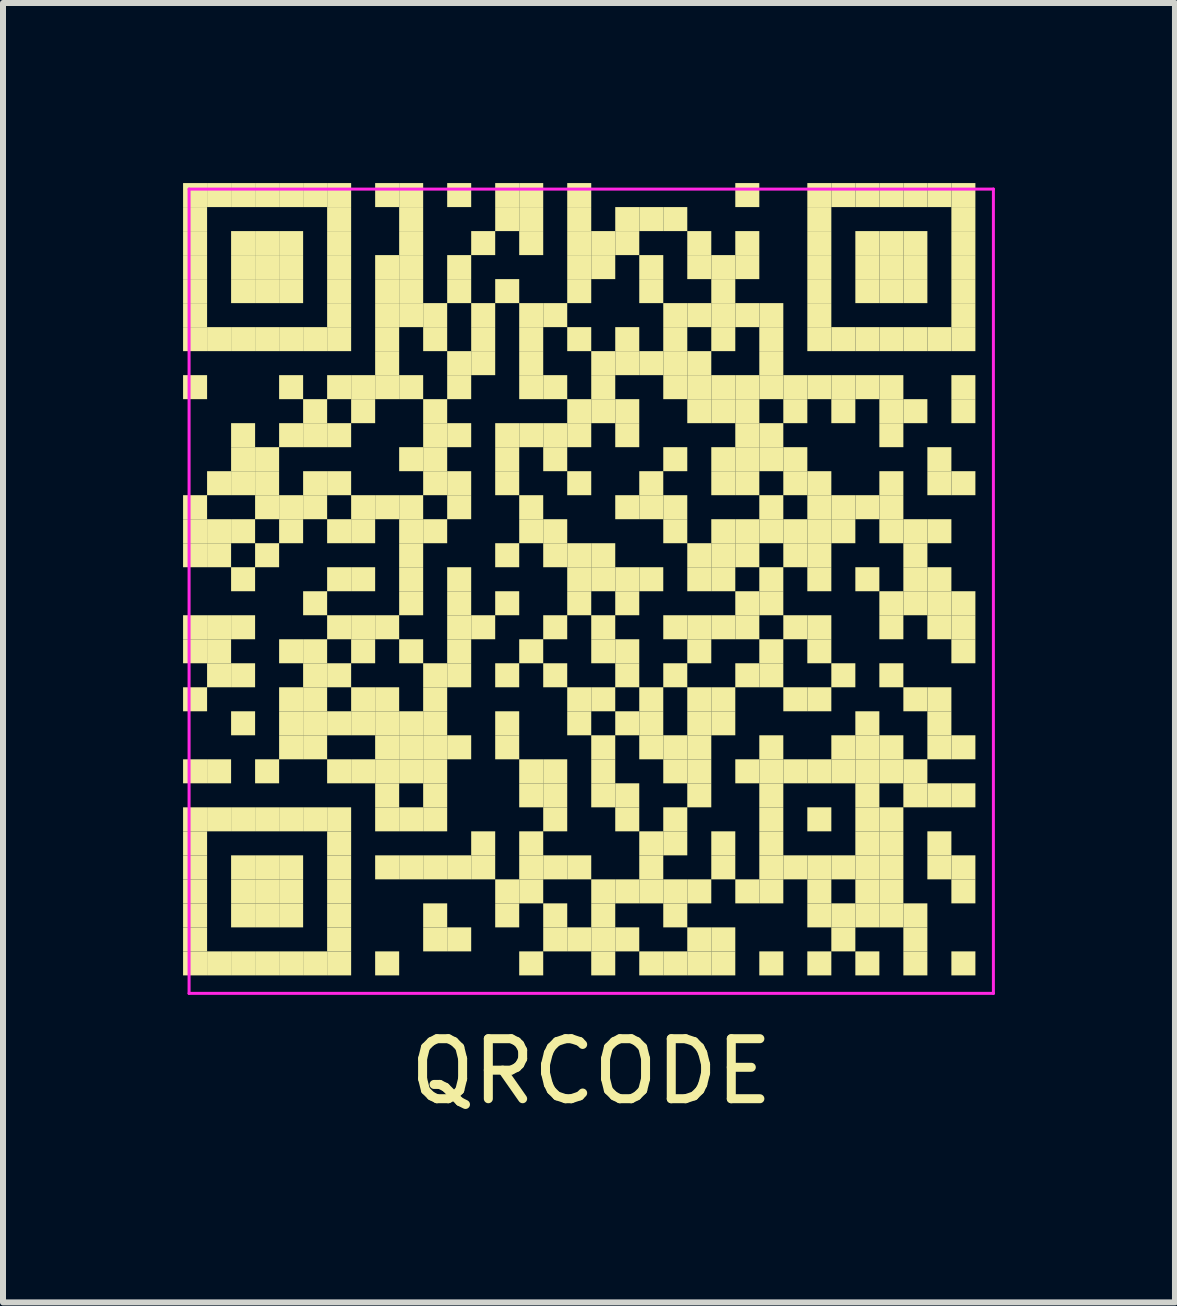
<source format=kicad_pcb>
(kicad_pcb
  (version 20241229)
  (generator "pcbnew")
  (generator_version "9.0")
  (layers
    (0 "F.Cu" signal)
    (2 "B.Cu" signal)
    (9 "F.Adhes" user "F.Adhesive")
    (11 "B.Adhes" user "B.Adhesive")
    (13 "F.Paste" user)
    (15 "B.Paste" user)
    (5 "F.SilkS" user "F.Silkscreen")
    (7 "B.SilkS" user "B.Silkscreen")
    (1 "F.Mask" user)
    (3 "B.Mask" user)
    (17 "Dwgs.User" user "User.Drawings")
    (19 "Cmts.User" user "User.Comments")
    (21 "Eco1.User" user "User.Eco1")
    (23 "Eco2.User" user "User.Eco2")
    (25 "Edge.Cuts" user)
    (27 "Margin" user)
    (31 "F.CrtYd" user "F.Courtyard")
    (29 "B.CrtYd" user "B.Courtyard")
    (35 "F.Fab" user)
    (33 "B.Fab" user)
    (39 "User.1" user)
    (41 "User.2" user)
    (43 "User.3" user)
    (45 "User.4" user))
  (footprint "QRCODE"
    (layer "F.Cu")
    (at 6.8 6.8)
    (property "Reference" "QRCODE" (at 0 8 0) (layer "F.SilkS") (effects (font (size 1 1) (thickness 0.15))))
    (attr through_hole)
    (fp_poly (pts (xy -6.4 -6.4) (xy -6.4 -6.8) (xy -6.8 -6.8) (xy -6.8 -6.4)) (stroke (width 0) (type solid)) (fill yes) (layer "F.SilkS"))
    (fp_poly (pts (xy -6.4 -6) (xy -6.4 -6.4) (xy -6.8 -6.4) (xy -6.8 -6)) (stroke (width 0) (type solid)) (fill yes) (layer "F.SilkS"))
    (fp_poly (pts (xy -6.4 -5.6) (xy -6.4 -6) (xy -6.8 -6) (xy -6.8 -5.6)) (stroke (width 0) (type solid)) (fill yes) (layer "F.SilkS"))
    (fp_poly (pts (xy -6.4 -5.2) (xy -6.4 -5.6) (xy -6.8 -5.6) (xy -6.8 -5.2)) (stroke (width 0) (type solid)) (fill yes) (layer "F.SilkS"))
    (fp_poly (pts (xy -6.4 -4.8) (xy -6.4 -5.2) (xy -6.8 -5.2) (xy -6.8 -4.8)) (stroke (width 0) (type solid)) (fill yes) (layer "F.SilkS"))
    (fp_poly (pts (xy -6.4 -4.4) (xy -6.4 -4.8) (xy -6.8 -4.8) (xy -6.8 -4.4)) (stroke (width 0) (type solid)) (fill yes) (layer "F.SilkS"))
    (fp_poly (pts (xy -6.4 -4) (xy -6.4 -4.4) (xy -6.8 -4.4) (xy -6.8 -4)) (stroke (width 0) (type solid)) (fill yes) (layer "F.SilkS"))
    (fp_poly (pts (xy -6.4 -3.2) (xy -6.4 -3.6) (xy -6.8 -3.6) (xy -6.8 -3.2)) (stroke (width 0) (type solid)) (fill yes) (layer "F.SilkS"))
    (fp_poly (pts (xy -6.4 -1.2) (xy -6.4 -1.6) (xy -6.8 -1.6) (xy -6.8 -1.2)) (stroke (width 0) (type solid)) (fill yes) (layer "F.SilkS"))
    (fp_poly (pts (xy -6.4 -0.8) (xy -6.4 -1.2) (xy -6.8 -1.2) (xy -6.8 -0.8)) (stroke (width 0) (type solid)) (fill yes) (layer "F.SilkS"))
    (fp_poly (pts (xy -6.4 -0.4) (xy -6.4 -0.8) (xy -6.8 -0.8) (xy -6.8 -0.4)) (stroke (width 0) (type solid)) (fill yes) (layer "F.SilkS"))
    (fp_poly (pts (xy -6.4 0.8) (xy -6.4 0.4) (xy -6.8 0.4) (xy -6.8 0.8)) (stroke (width 0) (type solid)) (fill yes) (layer "F.SilkS"))
    (fp_poly (pts (xy -6.4 1.2) (xy -6.4 0.8) (xy -6.8 0.8) (xy -6.8 1.2)) (stroke (width 0) (type solid)) (fill yes) (layer "F.SilkS"))
    (fp_poly (pts (xy -6.4 2) (xy -6.4 1.6) (xy -6.8 1.6) (xy -6.8 2)) (stroke (width 0) (type solid)) (fill yes) (layer "F.SilkS"))
    (fp_poly (pts (xy -6.4 3.2) (xy -6.4 2.8) (xy -6.8 2.8) (xy -6.8 3.2)) (stroke (width 0) (type solid)) (fill yes) (layer "F.SilkS"))
    (fp_poly (pts (xy -6.4 4) (xy -6.4 3.6) (xy -6.8 3.6) (xy -6.8 4)) (stroke (width 0) (type solid)) (fill yes) (layer "F.SilkS"))
    (fp_poly (pts (xy -6.4 4.4) (xy -6.4 4) (xy -6.8 4) (xy -6.8 4.4)) (stroke (width 0) (type solid)) (fill yes) (layer "F.SilkS"))
    (fp_poly (pts (xy -6.4 4.8) (xy -6.4 4.4) (xy -6.8 4.4) (xy -6.8 4.8)) (stroke (width 0) (type solid)) (fill yes) (layer "F.SilkS"))
    (fp_poly (pts (xy -6.4 5.2) (xy -6.4 4.8) (xy -6.8 4.8) (xy -6.8 5.2)) (stroke (width 0) (type solid)) (fill yes) (layer "F.SilkS"))
    (fp_poly (pts (xy -6.4 5.6) (xy -6.4 5.2) (xy -6.8 5.2) (xy -6.8 5.6)) (stroke (width 0) (type solid)) (fill yes) (layer "F.SilkS"))
    (fp_poly (pts (xy -6.4 6) (xy -6.4 5.6) (xy -6.8 5.6) (xy -6.8 6)) (stroke (width 0) (type solid)) (fill yes) (layer "F.SilkS"))
    (fp_poly (pts (xy -6.4 6.4) (xy -6.4 6) (xy -6.8 6) (xy -6.8 6.4)) (stroke (width 0) (type solid)) (fill yes) (layer "F.SilkS"))
    (fp_poly (pts (xy -6 -6.4) (xy -6 -6.8) (xy -6.4 -6.8) (xy -6.4 -6.4)) (stroke (width 0) (type solid)) (fill yes) (layer "F.SilkS"))
    (fp_poly (pts (xy -6 -4) (xy -6 -4.4) (xy -6.4 -4.4) (xy -6.4 -4)) (stroke (width 0) (type solid)) (fill yes) (layer "F.SilkS"))
    (fp_poly (pts (xy -6 -1.6) (xy -6 -2) (xy -6.4 -2) (xy -6.4 -1.6)) (stroke (width 0) (type solid)) (fill yes) (layer "F.SilkS"))
    (fp_poly (pts (xy -6 -0.8) (xy -6 -1.2) (xy -6.4 -1.2) (xy -6.4 -0.8)) (stroke (width 0) (type solid)) (fill yes) (layer "F.SilkS"))
    (fp_poly (pts (xy -6 -0.4) (xy -6 -0.8) (xy -6.4 -0.8) (xy -6.4 -0.4)) (stroke (width 0) (type solid)) (fill yes) (layer "F.SilkS"))
    (fp_poly (pts (xy -6 0.8) (xy -6 0.4) (xy -6.4 0.4) (xy -6.4 0.8)) (stroke (width 0) (type solid)) (fill yes) (layer "F.SilkS"))
    (fp_poly (pts (xy -6 1.2) (xy -6 0.8) (xy -6.4 0.8) (xy -6.4 1.2)) (stroke (width 0) (type solid)) (fill yes) (layer "F.SilkS"))
    (fp_poly (pts (xy -6 1.6) (xy -6 1.2) (xy -6.4 1.2) (xy -6.4 1.6)) (stroke (width 0) (type solid)) (fill yes) (layer "F.SilkS"))
    (fp_poly (pts (xy -6 3.2) (xy -6 2.8) (xy -6.4 2.8) (xy -6.4 3.2)) (stroke (width 0) (type solid)) (fill yes) (layer "F.SilkS"))
    (fp_poly (pts (xy -6 4) (xy -6 3.6) (xy -6.4 3.6) (xy -6.4 4)) (stroke (width 0) (type solid)) (fill yes) (layer "F.SilkS"))
    (fp_poly (pts (xy -6 6.4) (xy -6 6) (xy -6.4 6) (xy -6.4 6.4)) (stroke (width 0) (type solid)) (fill yes) (layer "F.SilkS"))
    (fp_poly (pts (xy -5.6 -6.4) (xy -5.6 -6.8) (xy -6 -6.8) (xy -6 -6.4)) (stroke (width 0) (type solid)) (fill yes) (layer "F.SilkS"))
    (fp_poly (pts (xy -5.6 -5.6) (xy -5.6 -6) (xy -6 -6) (xy -6 -5.6)) (stroke (width 0) (type solid)) (fill yes) (layer "F.SilkS"))
    (fp_poly (pts (xy -5.6 -5.2) (xy -5.6 -5.6) (xy -6 -5.6) (xy -6 -5.2)) (stroke (width 0) (type solid)) (fill yes) (layer "F.SilkS"))
    (fp_poly (pts (xy -5.6 -4.8) (xy -5.6 -5.2) (xy -6 -5.2) (xy -6 -4.8)) (stroke (width 0) (type solid)) (fill yes) (layer "F.SilkS"))
    (fp_poly (pts (xy -5.6 -4) (xy -5.6 -4.4) (xy -6 -4.4) (xy -6 -4)) (stroke (width 0) (type solid)) (fill yes) (layer "F.SilkS"))
    (fp_poly (pts (xy -5.6 -2.4) (xy -5.6 -2.8) (xy -6 -2.8) (xy -6 -2.4)) (stroke (width 0) (type solid)) (fill yes) (layer "F.SilkS"))
    (fp_poly (pts (xy -5.6 -2) (xy -5.6 -2.4) (xy -6 -2.4) (xy -6 -2)) (stroke (width 0) (type solid)) (fill yes) (layer "F.SilkS"))
    (fp_poly (pts (xy -5.6 -1.6) (xy -5.6 -2) (xy -6 -2) (xy -6 -1.6)) (stroke (width 0) (type solid)) (fill yes) (layer "F.SilkS"))
    (fp_poly (pts (xy -5.6 -0.8) (xy -5.6 -1.2) (xy -6 -1.2) (xy -6 -0.8)) (stroke (width 0) (type solid)) (fill yes) (layer "F.SilkS"))
    (fp_poly (pts (xy -5.6 0) (xy -5.6 -0.4) (xy -6 -0.4) (xy -6 0)) (stroke (width 0) (type solid)) (fill yes) (layer "F.SilkS"))
    (fp_poly (pts (xy -5.6 0.8) (xy -5.6 0.4) (xy -6 0.4) (xy -6 0.8)) (stroke (width 0) (type solid)) (fill yes) (layer "F.SilkS"))
    (fp_poly (pts (xy -5.6 1.6) (xy -5.6 1.2) (xy -6 1.2) (xy -6 1.6)) (stroke (width 0) (type solid)) (fill yes) (layer "F.SilkS"))
    (fp_poly (pts (xy -5.6 2.4) (xy -5.6 2) (xy -6 2) (xy -6 2.4)) (stroke (width 0) (type solid)) (fill yes) (layer "F.SilkS"))
    (fp_poly (pts (xy -5.6 4) (xy -5.6 3.6) (xy -6 3.6) (xy -6 4)) (stroke (width 0) (type solid)) (fill yes) (layer "F.SilkS"))
    (fp_poly (pts (xy -5.6 4.8) (xy -5.6 4.4) (xy -6 4.4) (xy -6 4.8)) (stroke (width 0) (type solid)) (fill yes) (layer "F.SilkS"))
    (fp_poly (pts (xy -5.6 5.2) (xy -5.6 4.8) (xy -6 4.8) (xy -6 5.2)) (stroke (width 0) (type solid)) (fill yes) (layer "F.SilkS"))
    (fp_poly (pts (xy -5.6 5.6) (xy -5.6 5.2) (xy -6 5.2) (xy -6 5.6)) (stroke (width 0) (type solid)) (fill yes) (layer "F.SilkS"))
    (fp_poly (pts (xy -5.6 6.4) (xy -5.6 6) (xy -6 6) (xy -6 6.4)) (stroke (width 0) (type solid)) (fill yes) (layer "F.SilkS"))
    (fp_poly (pts (xy -5.2 -6.4) (xy -5.2 -6.8) (xy -5.6 -6.8) (xy -5.6 -6.4)) (stroke (width 0) (type solid)) (fill yes) (layer "F.SilkS"))
    (fp_poly (pts (xy -5.2 -5.6) (xy -5.2 -6) (xy -5.6 -6) (xy -5.6 -5.6)) (stroke (width 0) (type solid)) (fill yes) (layer "F.SilkS"))
    (fp_poly (pts (xy -5.2 -5.2) (xy -5.2 -5.6) (xy -5.6 -5.6) (xy -5.6 -5.2)) (stroke (width 0) (type solid)) (fill yes) (layer "F.SilkS"))
    (fp_poly (pts (xy -5.2 -4.8) (xy -5.2 -5.2) (xy -5.6 -5.2) (xy -5.6 -4.8)) (stroke (width 0) (type solid)) (fill yes) (layer "F.SilkS"))
    (fp_poly (pts (xy -5.2 -4) (xy -5.2 -4.4) (xy -5.6 -4.4) (xy -5.6 -4)) (stroke (width 0) (type solid)) (fill yes) (layer "F.SilkS"))
    (fp_poly (pts (xy -5.2 -2) (xy -5.2 -2.4) (xy -5.6 -2.4) (xy -5.6 -2)) (stroke (width 0) (type solid)) (fill yes) (layer "F.SilkS"))
    (fp_poly (pts (xy -5.2 -1.6) (xy -5.2 -2) (xy -5.6 -2) (xy -5.6 -1.6)) (stroke (width 0) (type solid)) (fill yes) (layer "F.SilkS"))
    (fp_poly (pts (xy -5.2 -1.2) (xy -5.2 -1.6) (xy -5.6 -1.6) (xy -5.6 -1.2)) (stroke (width 0) (type solid)) (fill yes) (layer "F.SilkS"))
    (fp_poly (pts (xy -5.2 -0.4) (xy -5.2 -0.8) (xy -5.6 -0.8) (xy -5.6 -0.4)) (stroke (width 0) (type solid)) (fill yes) (layer "F.SilkS"))
    (fp_poly (pts (xy -5.2 3.2) (xy -5.2 2.8) (xy -5.6 2.8) (xy -5.6 3.2)) (stroke (width 0) (type solid)) (fill yes) (layer "F.SilkS"))
    (fp_poly (pts (xy -5.2 4) (xy -5.2 3.6) (xy -5.6 3.6) (xy -5.6 4)) (stroke (width 0) (type solid)) (fill yes) (layer "F.SilkS"))
    (fp_poly (pts (xy -5.2 4.8) (xy -5.2 4.4) (xy -5.6 4.4) (xy -5.6 4.8)) (stroke (width 0) (type solid)) (fill yes) (layer "F.SilkS"))
    (fp_poly (pts (xy -5.2 5.2) (xy -5.2 4.8) (xy -5.6 4.8) (xy -5.6 5.2)) (stroke (width 0) (type solid)) (fill yes) (layer "F.SilkS"))
    (fp_poly (pts (xy -5.2 5.6) (xy -5.2 5.2) (xy -5.6 5.2) (xy -5.6 5.6)) (stroke (width 0) (type solid)) (fill yes) (layer "F.SilkS"))
    (fp_poly (pts (xy -5.2 6.4) (xy -5.2 6) (xy -5.6 6) (xy -5.6 6.4)) (stroke (width 0) (type solid)) (fill yes) (layer "F.SilkS"))
    (fp_poly (pts (xy -4.8 -6.4) (xy -4.8 -6.8) (xy -5.2 -6.8) (xy -5.2 -6.4)) (stroke (width 0) (type solid)) (fill yes) (layer "F.SilkS"))
    (fp_poly (pts (xy -4.8 -5.6) (xy -4.8 -6) (xy -5.2 -6) (xy -5.2 -5.6)) (stroke (width 0) (type solid)) (fill yes) (layer "F.SilkS"))
    (fp_poly (pts (xy -4.8 -5.2) (xy -4.8 -5.6) (xy -5.2 -5.6) (xy -5.2 -5.2)) (stroke (width 0) (type solid)) (fill yes) (layer "F.SilkS"))
    (fp_poly (pts (xy -4.8 -4.8) (xy -4.8 -5.2) (xy -5.2 -5.2) (xy -5.2 -4.8)) (stroke (width 0) (type solid)) (fill yes) (layer "F.SilkS"))
    (fp_poly (pts (xy -4.8 -4) (xy -4.8 -4.4) (xy -5.2 -4.4) (xy -5.2 -4)) (stroke (width 0) (type solid)) (fill yes) (layer "F.SilkS"))
    (fp_poly (pts (xy -4.8 -3.2) (xy -4.8 -3.6) (xy -5.2 -3.6) (xy -5.2 -3.2)) (stroke (width 0) (type solid)) (fill yes) (layer "F.SilkS"))
    (fp_poly (pts (xy -4.8 -2.4) (xy -4.8 -2.8) (xy -5.2 -2.8) (xy -5.2 -2.4)) (stroke (width 0) (type solid)) (fill yes) (layer "F.SilkS"))
    (fp_poly (pts (xy -4.8 -1.2) (xy -4.8 -1.6) (xy -5.2 -1.6) (xy -5.2 -1.2)) (stroke (width 0) (type solid)) (fill yes) (layer "F.SilkS"))
    (fp_poly (pts (xy -4.8 -0.8) (xy -4.8 -1.2) (xy -5.2 -1.2) (xy -5.2 -0.8)) (stroke (width 0) (type solid)) (fill yes) (layer "F.SilkS"))
    (fp_poly (pts (xy -4.8 1.2) (xy -4.8 0.8) (xy -5.2 0.8) (xy -5.2 1.2)) (stroke (width 0) (type solid)) (fill yes) (layer "F.SilkS"))
    (fp_poly (pts (xy -4.8 2) (xy -4.8 1.6) (xy -5.2 1.6) (xy -5.2 2)) (stroke (width 0) (type solid)) (fill yes) (layer "F.SilkS"))
    (fp_poly (pts (xy -4.8 2.4) (xy -4.8 2) (xy -5.2 2) (xy -5.2 2.4)) (stroke (width 0) (type solid)) (fill yes) (layer "F.SilkS"))
    (fp_poly (pts (xy -4.8 2.8) (xy -4.8 2.4) (xy -5.2 2.4) (xy -5.2 2.8)) (stroke (width 0) (type solid)) (fill yes) (layer "F.SilkS"))
    (fp_poly (pts (xy -4.8 4) (xy -4.8 3.6) (xy -5.2 3.6) (xy -5.2 4)) (stroke (width 0) (type solid)) (fill yes) (layer "F.SilkS"))
    (fp_poly (pts (xy -4.8 4.8) (xy -4.8 4.4) (xy -5.2 4.4) (xy -5.2 4.8)) (stroke (width 0) (type solid)) (fill yes) (layer "F.SilkS"))
    (fp_poly (pts (xy -4.8 5.2) (xy -4.8 4.8) (xy -5.2 4.8) (xy -5.2 5.2)) (stroke (width 0) (type solid)) (fill yes) (layer "F.SilkS"))
    (fp_poly (pts (xy -4.8 5.6) (xy -4.8 5.2) (xy -5.2 5.2) (xy -5.2 5.6)) (stroke (width 0) (type solid)) (fill yes) (layer "F.SilkS"))
    (fp_poly (pts (xy -4.8 6.4) (xy -4.8 6) (xy -5.2 6) (xy -5.2 6.4)) (stroke (width 0) (type solid)) (fill yes) (layer "F.SilkS"))
    (fp_poly (pts (xy -4.4 -6.4) (xy -4.4 -6.8) (xy -4.8 -6.8) (xy -4.8 -6.4)) (stroke (width 0) (type solid)) (fill yes) (layer "F.SilkS"))
    (fp_poly (pts (xy -4.4 -4) (xy -4.4 -4.4) (xy -4.8 -4.4) (xy -4.8 -4)) (stroke (width 0) (type solid)) (fill yes) (layer "F.SilkS"))
    (fp_poly (pts (xy -4.4 -2.8) (xy -4.4 -3.2) (xy -4.8 -3.2) (xy -4.8 -2.8)) (stroke (width 0) (type solid)) (fill yes) (layer "F.SilkS"))
    (fp_poly (pts (xy -4.4 -2.4) (xy -4.4 -2.8) (xy -4.8 -2.8) (xy -4.8 -2.4)) (stroke (width 0) (type solid)) (fill yes) (layer "F.SilkS"))
    (fp_poly (pts (xy -4.4 -1.6) (xy -4.4 -2) (xy -4.8 -2) (xy -4.8 -1.6)) (stroke (width 0) (type solid)) (fill yes) (layer "F.SilkS"))
    (fp_poly (pts (xy -4.4 -1.2) (xy -4.4 -1.6) (xy -4.8 -1.6) (xy -4.8 -1.2)) (stroke (width 0) (type solid)) (fill yes) (layer "F.SilkS"))
    (fp_poly (pts (xy -4.4 0.4) (xy -4.4 0) (xy -4.8 0) (xy -4.8 0.4)) (stroke (width 0) (type solid)) (fill yes) (layer "F.SilkS"))
    (fp_poly (pts (xy -4.4 1.2) (xy -4.4 0.8) (xy -4.8 0.8) (xy -4.8 1.2)) (stroke (width 0) (type solid)) (fill yes) (layer "F.SilkS"))
    (fp_poly (pts (xy -4.4 1.6) (xy -4.4 1.2) (xy -4.8 1.2) (xy -4.8 1.6)) (stroke (width 0) (type solid)) (fill yes) (layer "F.SilkS"))
    (fp_poly (pts (xy -4.4 2) (xy -4.4 1.6) (xy -4.8 1.6) (xy -4.8 2)) (stroke (width 0) (type solid)) (fill yes) (layer "F.SilkS"))
    (fp_poly (pts (xy -4.4 2.4) (xy -4.4 2) (xy -4.8 2) (xy -4.8 2.4)) (stroke (width 0) (type solid)) (fill yes) (layer "F.SilkS"))
    (fp_poly (pts (xy -4.4 2.8) (xy -4.4 2.4) (xy -4.8 2.4) (xy -4.8 2.8)) (stroke (width 0) (type solid)) (fill yes) (layer "F.SilkS"))
    (fp_poly (pts (xy -4.4 4) (xy -4.4 3.6) (xy -4.8 3.6) (xy -4.8 4)) (stroke (width 0) (type solid)) (fill yes) (layer "F.SilkS"))
    (fp_poly (pts (xy -4.4 6.4) (xy -4.4 6) (xy -4.8 6) (xy -4.8 6.4)) (stroke (width 0) (type solid)) (fill yes) (layer "F.SilkS"))
    (fp_poly (pts (xy -4 -6.4) (xy -4 -6.8) (xy -4.4 -6.8) (xy -4.4 -6.4)) (stroke (width 0) (type solid)) (fill yes) (layer "F.SilkS"))
    (fp_poly (pts (xy -4 -6) (xy -4 -6.4) (xy -4.4 -6.4) (xy -4.4 -6)) (stroke (width 0) (type solid)) (fill yes) (layer "F.SilkS"))
    (fp_poly (pts (xy -4 -5.6) (xy -4 -6) (xy -4.4 -6) (xy -4.4 -5.6)) (stroke (width 0) (type solid)) (fill yes) (layer "F.SilkS"))
    (fp_poly (pts (xy -4 -5.2) (xy -4 -5.6) (xy -4.4 -5.6) (xy -4.4 -5.2)) (stroke (width 0) (type solid)) (fill yes) (layer "F.SilkS"))
    (fp_poly (pts (xy -4 -4.8) (xy -4 -5.2) (xy -4.4 -5.2) (xy -4.4 -4.8)) (stroke (width 0) (type solid)) (fill yes) (layer "F.SilkS"))
    (fp_poly (pts (xy -4 -4.4) (xy -4 -4.8) (xy -4.4 -4.8) (xy -4.4 -4.4)) (stroke (width 0) (type solid)) (fill yes) (layer "F.SilkS"))
    (fp_poly (pts (xy -4 -4) (xy -4 -4.4) (xy -4.4 -4.4) (xy -4.4 -4)) (stroke (width 0) (type solid)) (fill yes) (layer "F.SilkS"))
    (fp_poly (pts (xy -4 -3.2) (xy -4 -3.6) (xy -4.4 -3.6) (xy -4.4 -3.2)) (stroke (width 0) (type solid)) (fill yes) (layer "F.SilkS"))
    (fp_poly (pts (xy -4 -2.4) (xy -4 -2.8) (xy -4.4 -2.8) (xy -4.4 -2.4)) (stroke (width 0) (type solid)) (fill yes) (layer "F.SilkS"))
    (fp_poly (pts (xy -4 -1.6) (xy -4 -2) (xy -4.4 -2) (xy -4.4 -1.6)) (stroke (width 0) (type solid)) (fill yes) (layer "F.SilkS"))
    (fp_poly (pts (xy -4 -0.8) (xy -4 -1.2) (xy -4.4 -1.2) (xy -4.4 -0.8)) (stroke (width 0) (type solid)) (fill yes) (layer "F.SilkS"))
    (fp_poly (pts (xy -4 0) (xy -4 -0.4) (xy -4.4 -0.4) (xy -4.4 0)) (stroke (width 0) (type solid)) (fill yes) (layer "F.SilkS"))
    (fp_poly (pts (xy -4 0.8) (xy -4 0.4) (xy -4.4 0.4) (xy -4.4 0.8)) (stroke (width 0) (type solid)) (fill yes) (layer "F.SilkS"))
    (fp_poly (pts (xy -4 1.6) (xy -4 1.2) (xy -4.4 1.2) (xy -4.4 1.6)) (stroke (width 0) (type solid)) (fill yes) (layer "F.SilkS"))
    (fp_poly (pts (xy -4 2.4) (xy -4 2) (xy -4.4 2) (xy -4.4 2.4)) (stroke (width 0) (type solid)) (fill yes) (layer "F.SilkS"))
    (fp_poly (pts (xy -4 3.2) (xy -4 2.8) (xy -4.4 2.8) (xy -4.4 3.2)) (stroke (width 0) (type solid)) (fill yes) (layer "F.SilkS"))
    (fp_poly (pts (xy -4 4) (xy -4 3.6) (xy -4.4 3.6) (xy -4.4 4)) (stroke (width 0) (type solid)) (fill yes) (layer "F.SilkS"))
    (fp_poly (pts (xy -4 4.4) (xy -4 4) (xy -4.4 4) (xy -4.4 4.4)) (stroke (width 0) (type solid)) (fill yes) (layer "F.SilkS"))
    (fp_poly (pts (xy -4 4.8) (xy -4 4.4) (xy -4.4 4.4) (xy -4.4 4.8)) (stroke (width 0) (type solid)) (fill yes) (layer "F.SilkS"))
    (fp_poly (pts (xy -4 5.2) (xy -4 4.8) (xy -4.4 4.8) (xy -4.4 5.2)) (stroke (width 0) (type solid)) (fill yes) (layer "F.SilkS"))
    (fp_poly (pts (xy -4 5.6) (xy -4 5.2) (xy -4.4 5.2) (xy -4.4 5.6)) (stroke (width 0) (type solid)) (fill yes) (layer "F.SilkS"))
    (fp_poly (pts (xy -4 6) (xy -4 5.6) (xy -4.4 5.6) (xy -4.4 6)) (stroke (width 0) (type solid)) (fill yes) (layer "F.SilkS"))
    (fp_poly (pts (xy -4 6.4) (xy -4 6) (xy -4.4 6) (xy -4.4 6.4)) (stroke (width 0) (type solid)) (fill yes) (layer "F.SilkS"))
    (fp_poly (pts (xy -3.6 -3.2) (xy -3.6 -3.6) (xy -4 -3.6) (xy -4 -3.2)) (stroke (width 0) (type solid)) (fill yes) (layer "F.SilkS"))
    (fp_poly (pts (xy -3.6 -2.8) (xy -3.6 -3.2) (xy -4 -3.2) (xy -4 -2.8)) (stroke (width 0) (type solid)) (fill yes) (layer "F.SilkS"))
    (fp_poly (pts (xy -3.6 -1.2) (xy -3.6 -1.6) (xy -4 -1.6) (xy -4 -1.2)) (stroke (width 0) (type solid)) (fill yes) (layer "F.SilkS"))
    (fp_poly (pts (xy -3.6 -0.8) (xy -3.6 -1.2) (xy -4 -1.2) (xy -4 -0.8)) (stroke (width 0) (type solid)) (fill yes) (layer "F.SilkS"))
    (fp_poly (pts (xy -3.6 0) (xy -3.6 -0.4) (xy -4 -0.4) (xy -4 0)) (stroke (width 0) (type solid)) (fill yes) (layer "F.SilkS"))
    (fp_poly (pts (xy -3.6 0.8) (xy -3.6 0.4) (xy -4 0.4) (xy -4 0.8)) (stroke (width 0) (type solid)) (fill yes) (layer "F.SilkS"))
    (fp_poly (pts (xy -3.6 1.2) (xy -3.6 0.8) (xy -4 0.8) (xy -4 1.2)) (stroke (width 0) (type solid)) (fill yes) (layer "F.SilkS"))
    (fp_poly (pts (xy -3.6 2) (xy -3.6 1.6) (xy -4 1.6) (xy -4 2)) (stroke (width 0) (type solid)) (fill yes) (layer "F.SilkS"))
    (fp_poly (pts (xy -3.6 2.4) (xy -3.6 2) (xy -4 2) (xy -4 2.4)) (stroke (width 0) (type solid)) (fill yes) (layer "F.SilkS"))
    (fp_poly (pts (xy -3.6 3.2) (xy -3.6 2.8) (xy -4 2.8) (xy -4 3.2)) (stroke (width 0) (type solid)) (fill yes) (layer "F.SilkS"))
    (fp_poly (pts (xy -3.2 -6.4) (xy -3.2 -6.8) (xy -3.6 -6.8) (xy -3.6 -6.4)) (stroke (width 0) (type solid)) (fill yes) (layer "F.SilkS"))
    (fp_poly (pts (xy -3.2 -5.2) (xy -3.2 -5.6) (xy -3.6 -5.6) (xy -3.6 -5.2)) (stroke (width 0) (type solid)) (fill yes) (layer "F.SilkS"))
    (fp_poly (pts (xy -3.2 -4.8) (xy -3.2 -5.2) (xy -3.6 -5.2) (xy -3.6 -4.8)) (stroke (width 0) (type solid)) (fill yes) (layer "F.SilkS"))
    (fp_poly (pts (xy -3.2 -4.4) (xy -3.2 -4.8) (xy -3.6 -4.8) (xy -3.6 -4.4)) (stroke (width 0) (type solid)) (fill yes) (layer "F.SilkS"))
    (fp_poly (pts (xy -3.2 -4) (xy -3.2 -4.4) (xy -3.6 -4.4) (xy -3.6 -4)) (stroke (width 0) (type solid)) (fill yes) (layer "F.SilkS"))
    (fp_poly (pts (xy -3.2 -3.6) (xy -3.2 -4) (xy -3.6 -4) (xy -3.6 -3.6)) (stroke (width 0) (type solid)) (fill yes) (layer "F.SilkS"))
    (fp_poly (pts (xy -3.2 -3.2) (xy -3.2 -3.6) (xy -3.6 -3.6) (xy -3.6 -3.2)) (stroke (width 0) (type solid)) (fill yes) (layer "F.SilkS"))
    (fp_poly (pts (xy -3.2 -1.2) (xy -3.2 -1.6) (xy -3.6 -1.6) (xy -3.6 -1.2)) (stroke (width 0) (type solid)) (fill yes) (layer "F.SilkS"))
    (fp_poly (pts (xy -3.2 0.8) (xy -3.2 0.4) (xy -3.6 0.4) (xy -3.6 0.8)) (stroke (width 0) (type solid)) (fill yes) (layer "F.SilkS"))
    (fp_poly (pts (xy -3.2 2) (xy -3.2 1.6) (xy -3.6 1.6) (xy -3.6 2)) (stroke (width 0) (type solid)) (fill yes) (layer "F.SilkS"))
    (fp_poly (pts (xy -3.2 2.4) (xy -3.2 2) (xy -3.6 2) (xy -3.6 2.4)) (stroke (width 0) (type solid)) (fill yes) (layer "F.SilkS"))
    (fp_poly (pts (xy -3.2 2.8) (xy -3.2 2.4) (xy -3.6 2.4) (xy -3.6 2.8)) (stroke (width 0) (type solid)) (fill yes) (layer "F.SilkS"))
    (fp_poly (pts (xy -3.2 3.2) (xy -3.2 2.8) (xy -3.6 2.8) (xy -3.6 3.2)) (stroke (width 0) (type solid)) (fill yes) (layer "F.SilkS"))
    (fp_poly (pts (xy -3.2 3.6) (xy -3.2 3.2) (xy -3.6 3.2) (xy -3.6 3.6)) (stroke (width 0) (type solid)) (fill yes) (layer "F.SilkS"))
    (fp_poly (pts (xy -3.2 4) (xy -3.2 3.6) (xy -3.6 3.6) (xy -3.6 4)) (stroke (width 0) (type solid)) (fill yes) (layer "F.SilkS"))
    (fp_poly (pts (xy -3.2 4.8) (xy -3.2 4.4) (xy -3.6 4.4) (xy -3.6 4.8)) (stroke (width 0) (type solid)) (fill yes) (layer "F.SilkS"))
    (fp_poly (pts (xy -3.2 6.4) (xy -3.2 6) (xy -3.6 6) (xy -3.6 6.4)) (stroke (width 0) (type solid)) (fill yes) (layer "F.SilkS"))
    (fp_poly (pts (xy -2.8 -6.4) (xy -2.8 -6.8) (xy -3.2 -6.8) (xy -3.2 -6.4)) (stroke (width 0) (type solid)) (fill yes) (layer "F.SilkS"))
    (fp_poly (pts (xy -2.8 -6) (xy -2.8 -6.4) (xy -3.2 -6.4) (xy -3.2 -6)) (stroke (width 0) (type solid)) (fill yes) (layer "F.SilkS"))
    (fp_poly (pts (xy -2.8 -5.6) (xy -2.8 -6) (xy -3.2 -6) (xy -3.2 -5.6)) (stroke (width 0) (type solid)) (fill yes) (layer "F.SilkS"))
    (fp_poly (pts (xy -2.8 -5.2) (xy -2.8 -5.6) (xy -3.2 -5.6) (xy -3.2 -5.2)) (stroke (width 0) (type solid)) (fill yes) (layer "F.SilkS"))
    (fp_poly (pts (xy -2.8 -4.8) (xy -2.8 -5.2) (xy -3.2 -5.2) (xy -3.2 -4.8)) (stroke (width 0) (type solid)) (fill yes) (layer "F.SilkS"))
    (fp_poly (pts (xy -2.8 -4.4) (xy -2.8 -4.8) (xy -3.2 -4.8) (xy -3.2 -4.4)) (stroke (width 0) (type solid)) (fill yes) (layer "F.SilkS"))
    (fp_poly (pts (xy -2.8 -3.2) (xy -2.8 -3.6) (xy -3.2 -3.6) (xy -3.2 -3.2)) (stroke (width 0) (type solid)) (fill yes) (layer "F.SilkS"))
    (fp_poly (pts (xy -2.8 -2) (xy -2.8 -2.4) (xy -3.2 -2.4) (xy -3.2 -2)) (stroke (width 0) (type solid)) (fill yes) (layer "F.SilkS"))
    (fp_poly (pts (xy -2.8 -1.2) (xy -2.8 -1.6) (xy -3.2 -1.6) (xy -3.2 -1.2)) (stroke (width 0) (type solid)) (fill yes) (layer "F.SilkS"))
    (fp_poly (pts (xy -2.8 -0.8) (xy -2.8 -1.2) (xy -3.2 -1.2) (xy -3.2 -0.8)) (stroke (width 0) (type solid)) (fill yes) (layer "F.SilkS"))
    (fp_poly (pts (xy -2.8 -0.4) (xy -2.8 -0.8) (xy -3.2 -0.8) (xy -3.2 -0.4)) (stroke (width 0) (type solid)) (fill yes) (layer "F.SilkS"))
    (fp_poly (pts (xy -2.8 0) (xy -2.8 -0.4) (xy -3.2 -0.4) (xy -3.2 0)) (stroke (width 0) (type solid)) (fill yes) (layer "F.SilkS"))
    (fp_poly (pts (xy -2.8 0.4) (xy -2.8 0) (xy -3.2 0) (xy -3.2 0.4)) (stroke (width 0) (type solid)) (fill yes) (layer "F.SilkS"))
    (fp_poly (pts (xy -2.8 1.2) (xy -2.8 0.8) (xy -3.2 0.8) (xy -3.2 1.2)) (stroke (width 0) (type solid)) (fill yes) (layer "F.SilkS"))
    (fp_poly (pts (xy -2.8 2.4) (xy -2.8 2) (xy -3.2 2) (xy -3.2 2.4)) (stroke (width 0) (type solid)) (fill yes) (layer "F.SilkS"))
    (fp_poly (pts (xy -2.8 2.8) (xy -2.8 2.4) (xy -3.2 2.4) (xy -3.2 2.8)) (stroke (width 0) (type solid)) (fill yes) (layer "F.SilkS"))
    (fp_poly (pts (xy -2.8 3.2) (xy -2.8 2.8) (xy -3.2 2.8) (xy -3.2 3.2)) (stroke (width 0) (type solid)) (fill yes) (layer "F.SilkS"))
    (fp_poly (pts (xy -2.8 4) (xy -2.8 3.6) (xy -3.2 3.6) (xy -3.2 4)) (stroke (width 0) (type solid)) (fill yes) (layer "F.SilkS"))
    (fp_poly (pts (xy -2.8 4.8) (xy -2.8 4.4) (xy -3.2 4.4) (xy -3.2 4.8)) (stroke (width 0) (type solid)) (fill yes) (layer "F.SilkS"))
    (fp_poly (pts (xy -2.4 -4.4) (xy -2.4 -4.8) (xy -2.8 -4.8) (xy -2.8 -4.4)) (stroke (width 0) (type solid)) (fill yes) (layer "F.SilkS"))
    (fp_poly (pts (xy -2.4 -4) (xy -2.4 -4.4) (xy -2.8 -4.4) (xy -2.8 -4)) (stroke (width 0) (type solid)) (fill yes) (layer "F.SilkS"))
    (fp_poly (pts (xy -2.4 -2.8) (xy -2.4 -3.2) (xy -2.8 -3.2) (xy -2.8 -2.8)) (stroke (width 0) (type solid)) (fill yes) (layer "F.SilkS"))
    (fp_poly (pts (xy -2.4 -2.4) (xy -2.4 -2.8) (xy -2.8 -2.8) (xy -2.8 -2.4)) (stroke (width 0) (type solid)) (fill yes) (layer "F.SilkS"))
    (fp_poly (pts (xy -2.4 -2) (xy -2.4 -2.4) (xy -2.8 -2.4) (xy -2.8 -2)) (stroke (width 0) (type solid)) (fill yes) (layer "F.SilkS"))
    (fp_poly (pts (xy -2.4 -1.6) (xy -2.4 -2) (xy -2.8 -2) (xy -2.8 -1.6)) (stroke (width 0) (type solid)) (fill yes) (layer "F.SilkS"))
    (fp_poly (pts (xy -2.4 -0.8) (xy -2.4 -1.2) (xy -2.8 -1.2) (xy -2.8 -0.8)) (stroke (width 0) (type solid)) (fill yes) (layer "F.SilkS"))
    (fp_poly (pts (xy -2.4 1.6) (xy -2.4 1.2) (xy -2.8 1.2) (xy -2.8 1.6)) (stroke (width 0) (type solid)) (fill yes) (layer "F.SilkS"))
    (fp_poly (pts (xy -2.4 2) (xy -2.4 1.6) (xy -2.8 1.6) (xy -2.8 2)) (stroke (width 0) (type solid)) (fill yes) (layer "F.SilkS"))
    (fp_poly (pts (xy -2.4 2.4) (xy -2.4 2) (xy -2.8 2) (xy -2.8 2.4)) (stroke (width 0) (type solid)) (fill yes) (layer "F.SilkS"))
    (fp_poly (pts (xy -2.4 2.8) (xy -2.4 2.4) (xy -2.8 2.4) (xy -2.8 2.8)) (stroke (width 0) (type solid)) (fill yes) (layer "F.SilkS"))
    (fp_poly (pts (xy -2.4 3.2) (xy -2.4 2.8) (xy -2.8 2.8) (xy -2.8 3.2)) (stroke (width 0) (type solid)) (fill yes) (layer "F.SilkS"))
    (fp_poly (pts (xy -2.4 3.6) (xy -2.4 3.2) (xy -2.8 3.2) (xy -2.8 3.6)) (stroke (width 0) (type solid)) (fill yes) (layer "F.SilkS"))
    (fp_poly (pts (xy -2.4 4) (xy -2.4 3.6) (xy -2.8 3.6) (xy -2.8 4)) (stroke (width 0) (type solid)) (fill yes) (layer "F.SilkS"))
    (fp_poly (pts (xy -2.4 4.8) (xy -2.4 4.4) (xy -2.8 4.4) (xy -2.8 4.8)) (stroke (width 0) (type solid)) (fill yes) (layer "F.SilkS"))
    (fp_poly (pts (xy -2.4 5.6) (xy -2.4 5.2) (xy -2.8 5.2) (xy -2.8 5.6)) (stroke (width 0) (type solid)) (fill yes) (layer "F.SilkS"))
    (fp_poly (pts (xy -2.4 6) (xy -2.4 5.6) (xy -2.8 5.6) (xy -2.8 6)) (stroke (width 0) (type solid)) (fill yes) (layer "F.SilkS"))
    (fp_poly (pts (xy -2 -6.4) (xy -2 -6.8) (xy -2.4 -6.8) (xy -2.4 -6.4)) (stroke (width 0) (type solid)) (fill yes) (layer "F.SilkS"))
    (fp_poly (pts (xy -2 -5.2) (xy -2 -5.6) (xy -2.4 -5.6) (xy -2.4 -5.2)) (stroke (width 0) (type solid)) (fill yes) (layer "F.SilkS"))
    (fp_poly (pts (xy -2 -4.8) (xy -2 -5.2) (xy -2.4 -5.2) (xy -2.4 -4.8)) (stroke (width 0) (type solid)) (fill yes) (layer "F.SilkS"))
    (fp_poly (pts (xy -2 -3.6) (xy -2 -4) (xy -2.4 -4) (xy -2.4 -3.6)) (stroke (width 0) (type solid)) (fill yes) (layer "F.SilkS"))
    (fp_poly (pts (xy -2 -3.2) (xy -2 -3.6) (xy -2.4 -3.6) (xy -2.4 -3.2)) (stroke (width 0) (type solid)) (fill yes) (layer "F.SilkS"))
    (fp_poly (pts (xy -2 -2.4) (xy -2 -2.8) (xy -2.4 -2.8) (xy -2.4 -2.4)) (stroke (width 0) (type solid)) (fill yes) (layer "F.SilkS"))
    (fp_poly (pts (xy -2 -1.6) (xy -2 -2) (xy -2.4 -2) (xy -2.4 -1.6)) (stroke (width 0) (type solid)) (fill yes) (layer "F.SilkS"))
    (fp_poly (pts (xy -2 -1.2) (xy -2 -1.6) (xy -2.4 -1.6) (xy -2.4 -1.2)) (stroke (width 0) (type solid)) (fill yes) (layer "F.SilkS"))
    (fp_poly (pts (xy -2 0) (xy -2 -0.4) (xy -2.4 -0.4) (xy -2.4 0)) (stroke (width 0) (type solid)) (fill yes) (layer "F.SilkS"))
    (fp_poly (pts (xy -2 0.4) (xy -2 0) (xy -2.4 0) (xy -2.4 0.4)) (stroke (width 0) (type solid)) (fill yes) (layer "F.SilkS"))
    (fp_poly (pts (xy -2 0.8) (xy -2 0.4) (xy -2.4 0.4) (xy -2.4 0.8)) (stroke (width 0) (type solid)) (fill yes) (layer "F.SilkS"))
    (fp_poly (pts (xy -2 1.2) (xy -2 0.8) (xy -2.4 0.8) (xy -2.4 1.2)) (stroke (width 0) (type solid)) (fill yes) (layer "F.SilkS"))
    (fp_poly (pts (xy -2 1.6) (xy -2 1.2) (xy -2.4 1.2) (xy -2.4 1.6)) (stroke (width 0) (type solid)) (fill yes) (layer "F.SilkS"))
    (fp_poly (pts (xy -2 2.8) (xy -2 2.4) (xy -2.4 2.4) (xy -2.4 2.8)) (stroke (width 0) (type solid)) (fill yes) (layer "F.SilkS"))
    (fp_poly (pts (xy -2 4.8) (xy -2 4.4) (xy -2.4 4.4) (xy -2.4 4.8)) (stroke (width 0) (type solid)) (fill yes) (layer "F.SilkS"))
    (fp_poly (pts (xy -2 6) (xy -2 5.6) (xy -2.4 5.6) (xy -2.4 6)) (stroke (width 0) (type solid)) (fill yes) (layer "F.SilkS"))
    (fp_poly (pts (xy -1.6 -5.6) (xy -1.6 -6) (xy -2 -6) (xy -2 -5.6)) (stroke (width 0) (type solid)) (fill yes) (layer "F.SilkS"))
    (fp_poly (pts (xy -1.6 -4.4) (xy -1.6 -4.8) (xy -2 -4.8) (xy -2 -4.4)) (stroke (width 0) (type solid)) (fill yes) (layer "F.SilkS"))
    (fp_poly (pts (xy -1.6 -4) (xy -1.6 -4.4) (xy -2 -4.4) (xy -2 -4)) (stroke (width 0) (type solid)) (fill yes) (layer "F.SilkS"))
    (fp_poly (pts (xy -1.6 -3.6) (xy -1.6 -4) (xy -2 -4) (xy -2 -3.6)) (stroke (width 0) (type solid)) (fill yes) (layer "F.SilkS"))
    (fp_poly (pts (xy -1.6 0.8) (xy -1.6 0.4) (xy -2 0.4) (xy -2 0.8)) (stroke (width 0) (type solid)) (fill yes) (layer "F.SilkS"))
    (fp_poly (pts (xy -1.6 4.4) (xy -1.6 4) (xy -2 4) (xy -2 4.4)) (stroke (width 0) (type solid)) (fill yes) (layer "F.SilkS"))
    (fp_poly (pts (xy -1.6 4.8) (xy -1.6 4.4) (xy -2 4.4) (xy -2 4.8)) (stroke (width 0) (type solid)) (fill yes) (layer "F.SilkS"))
    (fp_poly (pts (xy -1.2 -6.4) (xy -1.2 -6.8) (xy -1.6 -6.8) (xy -1.6 -6.4)) (stroke (width 0) (type solid)) (fill yes) (layer "F.SilkS"))
    (fp_poly (pts (xy -1.2 -6) (xy -1.2 -6.4) (xy -1.6 -6.4) (xy -1.6 -6)) (stroke (width 0) (type solid)) (fill yes) (layer "F.SilkS"))
    (fp_poly (pts (xy -1.2 -4.8) (xy -1.2 -5.2) (xy -1.6 -5.2) (xy -1.6 -4.8)) (stroke (width 0) (type solid)) (fill yes) (layer "F.SilkS"))
    (fp_poly (pts (xy -1.2 -2.4) (xy -1.2 -2.8) (xy -1.6 -2.8) (xy -1.6 -2.4)) (stroke (width 0) (type solid)) (fill yes) (layer "F.SilkS"))
    (fp_poly (pts (xy -1.2 -2) (xy -1.2 -2.4) (xy -1.6 -2.4) (xy -1.6 -2)) (stroke (width 0) (type solid)) (fill yes) (layer "F.SilkS"))
    (fp_poly (pts (xy -1.2 -1.6) (xy -1.2 -2) (xy -1.6 -2) (xy -1.6 -1.6)) (stroke (width 0) (type solid)) (fill yes) (layer "F.SilkS"))
    (fp_poly (pts (xy -1.2 -0.4) (xy -1.2 -0.8) (xy -1.6 -0.8) (xy -1.6 -0.4)) (stroke (width 0) (type solid)) (fill yes) (layer "F.SilkS"))
    (fp_poly (pts (xy -1.2 0.4) (xy -1.2 0) (xy -1.6 0) (xy -1.6 0.4)) (stroke (width 0) (type solid)) (fill yes) (layer "F.SilkS"))
    (fp_poly (pts (xy -1.2 1.6) (xy -1.2 1.2) (xy -1.6 1.2) (xy -1.6 1.6)) (stroke (width 0) (type solid)) (fill yes) (layer "F.SilkS"))
    (fp_poly (pts (xy -1.2 2.4) (xy -1.2 2) (xy -1.6 2) (xy -1.6 2.4)) (stroke (width 0) (type solid)) (fill yes) (layer "F.SilkS"))
    (fp_poly (pts (xy -1.2 2.8) (xy -1.2 2.4) (xy -1.6 2.4) (xy -1.6 2.8)) (stroke (width 0) (type solid)) (fill yes) (layer "F.SilkS"))
    (fp_poly (pts (xy -1.2 5.2) (xy -1.2 4.8) (xy -1.6 4.8) (xy -1.6 5.2)) (stroke (width 0) (type solid)) (fill yes) (layer "F.SilkS"))
    (fp_poly (pts (xy -1.2 5.6) (xy -1.2 5.2) (xy -1.6 5.2) (xy -1.6 5.6)) (stroke (width 0) (type solid)) (fill yes) (layer "F.SilkS"))
    (fp_poly (pts (xy -0.8 -6.4) (xy -0.8 -6.8) (xy -1.2 -6.8) (xy -1.2 -6.4)) (stroke (width 0) (type solid)) (fill yes) (layer "F.SilkS"))
    (fp_poly (pts (xy -0.8 -6) (xy -0.8 -6.4) (xy -1.2 -6.4) (xy -1.2 -6)) (stroke (width 0) (type solid)) (fill yes) (layer "F.SilkS"))
    (fp_poly (pts (xy -0.8 -5.6) (xy -0.8 -6) (xy -1.2 -6) (xy -1.2 -5.6)) (stroke (width 0) (type solid)) (fill yes) (layer "F.SilkS"))
    (fp_poly (pts (xy -0.8 -4.4) (xy -0.8 -4.8) (xy -1.2 -4.8) (xy -1.2 -4.4)) (stroke (width 0) (type solid)) (fill yes) (layer "F.SilkS"))
    (fp_poly (pts (xy -0.8 -4) (xy -0.8 -4.4) (xy -1.2 -4.4) (xy -1.2 -4)) (stroke (width 0) (type solid)) (fill yes) (layer "F.SilkS"))
    (fp_poly (pts (xy -0.8 -3.6) (xy -0.8 -4) (xy -1.2 -4) (xy -1.2 -3.6)) (stroke (width 0) (type solid)) (fill yes) (layer "F.SilkS"))
    (fp_poly (pts (xy -0.8 -3.2) (xy -0.8 -3.6) (xy -1.2 -3.6) (xy -1.2 -3.2)) (stroke (width 0) (type solid)) (fill yes) (layer "F.SilkS"))
    (fp_poly (pts (xy -0.8 -2.4) (xy -0.8 -2.8) (xy -1.2 -2.8) (xy -1.2 -2.4)) (stroke (width 0) (type solid)) (fill yes) (layer "F.SilkS"))
    (fp_poly (pts (xy -0.8 -1.2) (xy -0.8 -1.6) (xy -1.2 -1.6) (xy -1.2 -1.2)) (stroke (width 0) (type solid)) (fill yes) (layer "F.SilkS"))
    (fp_poly (pts (xy -0.8 -0.8) (xy -0.8 -1.2) (xy -1.2 -1.2) (xy -1.2 -0.8)) (stroke (width 0) (type solid)) (fill yes) (layer "F.SilkS"))
    (fp_poly (pts (xy -0.8 1.2) (xy -0.8 0.8) (xy -1.2 0.8) (xy -1.2 1.2)) (stroke (width 0) (type solid)) (fill yes) (layer "F.SilkS"))
    (fp_poly (pts (xy -0.8 3.2) (xy -0.8 2.8) (xy -1.2 2.8) (xy -1.2 3.2)) (stroke (width 0) (type solid)) (fill yes) (layer "F.SilkS"))
    (fp_poly (pts (xy -0.8 3.6) (xy -0.8 3.2) (xy -1.2 3.2) (xy -1.2 3.6)) (stroke (width 0) (type solid)) (fill yes) (layer "F.SilkS"))
    (fp_poly (pts (xy -0.8 4.4) (xy -0.8 4) (xy -1.2 4) (xy -1.2 4.4)) (stroke (width 0) (type solid)) (fill yes) (layer "F.SilkS"))
    (fp_poly (pts (xy -0.8 4.8) (xy -0.8 4.4) (xy -1.2 4.4) (xy -1.2 4.8)) (stroke (width 0) (type solid)) (fill yes) (layer "F.SilkS"))
    (fp_poly (pts (xy -0.8 5.2) (xy -0.8 4.8) (xy -1.2 4.8) (xy -1.2 5.2)) (stroke (width 0) (type solid)) (fill yes) (layer "F.SilkS"))
    (fp_poly (pts (xy -0.8 6.4) (xy -0.8 6) (xy -1.2 6) (xy -1.2 6.4)) (stroke (width 0) (type solid)) (fill yes) (layer "F.SilkS"))
    (fp_poly (pts (xy -0.4 -4.4) (xy -0.4 -4.8) (xy -0.8 -4.8) (xy -0.8 -4.4)) (stroke (width 0) (type solid)) (fill yes) (layer "F.SilkS"))
    (fp_poly (pts (xy -0.4 -3.2) (xy -0.4 -3.6) (xy -0.8 -3.6) (xy -0.8 -3.2)) (stroke (width 0) (type solid)) (fill yes) (layer "F.SilkS"))
    (fp_poly (pts (xy -0.4 -2.4) (xy -0.4 -2.8) (xy -0.8 -2.8) (xy -0.8 -2.4)) (stroke (width 0) (type solid)) (fill yes) (layer "F.SilkS"))
    (fp_poly (pts (xy -0.4 -2) (xy -0.4 -2.4) (xy -0.8 -2.4) (xy -0.8 -2)) (stroke (width 0) (type solid)) (fill yes) (layer "F.SilkS"))
    (fp_poly (pts (xy -0.4 -0.8) (xy -0.4 -1.2) (xy -0.8 -1.2) (xy -0.8 -0.8)) (stroke (width 0) (type solid)) (fill yes) (layer "F.SilkS"))
    (fp_poly (pts (xy -0.4 -0.4) (xy -0.4 -0.8) (xy -0.8 -0.8) (xy -0.8 -0.4)) (stroke (width 0) (type solid)) (fill yes) (layer "F.SilkS"))
    (fp_poly (pts (xy -0.4 0.8) (xy -0.4 0.4) (xy -0.8 0.4) (xy -0.8 0.8)) (stroke (width 0) (type solid)) (fill yes) (layer "F.SilkS"))
    (fp_poly (pts (xy -0.4 1.6) (xy -0.4 1.2) (xy -0.8 1.2) (xy -0.8 1.6)) (stroke (width 0) (type solid)) (fill yes) (layer "F.SilkS"))
    (fp_poly (pts (xy -0.4 3.2) (xy -0.4 2.8) (xy -0.8 2.8) (xy -0.8 3.2)) (stroke (width 0) (type solid)) (fill yes) (layer "F.SilkS"))
    (fp_poly (pts (xy -0.4 3.6) (xy -0.4 3.2) (xy -0.8 3.2) (xy -0.8 3.6)) (stroke (width 0) (type solid)) (fill yes) (layer "F.SilkS"))
    (fp_poly (pts (xy -0.4 4) (xy -0.4 3.6) (xy -0.8 3.6) (xy -0.8 4)) (stroke (width 0) (type solid)) (fill yes) (layer "F.SilkS"))
    (fp_poly (pts (xy -0.4 4.8) (xy -0.4 4.4) (xy -0.8 4.4) (xy -0.8 4.8)) (stroke (width 0) (type solid)) (fill yes) (layer "F.SilkS"))
    (fp_poly (pts (xy -0.4 5.6) (xy -0.4 5.2) (xy -0.8 5.2) (xy -0.8 5.6)) (stroke (width 0) (type solid)) (fill yes) (layer "F.SilkS"))
    (fp_poly (pts (xy -0.4 6) (xy -0.4 5.6) (xy -0.8 5.6) (xy -0.8 6)) (stroke (width 0) (type solid)) (fill yes) (layer "F.SilkS"))
    (fp_poly (pts (xy 0 -6.4) (xy 0 -6.8) (xy -0.4 -6.8) (xy -0.4 -6.4)) (stroke (width 0) (type solid)) (fill yes) (layer "F.SilkS"))
    (fp_poly (pts (xy 0 -6) (xy 0 -6.4) (xy -0.4 -6.4) (xy -0.4 -6)) (stroke (width 0) (type solid)) (fill yes) (layer "F.SilkS"))
    (fp_poly (pts (xy 0 -5.6) (xy 0 -6) (xy -0.4 -6) (xy -0.4 -5.6)) (stroke (width 0) (type solid)) (fill yes) (layer "F.SilkS"))
    (fp_poly (pts (xy 0 -5.2) (xy 0 -5.6) (xy -0.4 -5.6) (xy -0.4 -5.2)) (stroke (width 0) (type solid)) (fill yes) (layer "F.SilkS"))
    (fp_poly (pts (xy 0 -4.8) (xy 0 -5.2) (xy -0.4 -5.2) (xy -0.4 -4.8)) (stroke (width 0) (type solid)) (fill yes) (layer "F.SilkS"))
    (fp_poly (pts (xy 0 -4) (xy 0 -4.4) (xy -0.4 -4.4) (xy -0.4 -4)) (stroke (width 0) (type solid)) (fill yes) (layer "F.SilkS"))
    (fp_poly (pts (xy 0 -2.8) (xy 0 -3.2) (xy -0.4 -3.2) (xy -0.4 -2.8)) (stroke (width 0) (type solid)) (fill yes) (layer "F.SilkS"))
    (fp_poly (pts (xy 0 -2.4) (xy 0 -2.8) (xy -0.4 -2.8) (xy -0.4 -2.4)) (stroke (width 0) (type solid)) (fill yes) (layer "F.SilkS"))
    (fp_poly (pts (xy 0 -1.6) (xy 0 -2) (xy -0.4 -2) (xy -0.4 -1.6)) (stroke (width 0) (type solid)) (fill yes) (layer "F.SilkS"))
    (fp_poly (pts (xy 0 -0.4) (xy 0 -0.8) (xy -0.4 -0.8) (xy -0.4 -0.4)) (stroke (width 0) (type solid)) (fill yes) (layer "F.SilkS"))
    (fp_poly (pts (xy 0 0) (xy 0 -0.4) (xy -0.4 -0.4) (xy -0.4 0)) (stroke (width 0) (type solid)) (fill yes) (layer "F.SilkS"))
    (fp_poly (pts (xy 0 0.4) (xy 0 0) (xy -0.4 0) (xy -0.4 0.4)) (stroke (width 0) (type solid)) (fill yes) (layer "F.SilkS"))
    (fp_poly (pts (xy 0 2) (xy 0 1.6) (xy -0.4 1.6) (xy -0.4 2)) (stroke (width 0) (type solid)) (fill yes) (layer "F.SilkS"))
    (fp_poly (pts (xy 0 2.4) (xy 0 2) (xy -0.4 2) (xy -0.4 2.4)) (stroke (width 0) (type solid)) (fill yes) (layer "F.SilkS"))
    (fp_poly (pts (xy 0 4.8) (xy 0 4.4) (xy -0.4 4.4) (xy -0.4 4.8)) (stroke (width 0) (type solid)) (fill yes) (layer "F.SilkS"))
    (fp_poly (pts (xy 0 6) (xy 0 5.6) (xy -0.4 5.6) (xy -0.4 6)) (stroke (width 0) (type solid)) (fill yes) (layer "F.SilkS"))
    (fp_poly (pts (xy 0.4 -5.6) (xy 0.4 -6) (xy 0 -6) (xy 0 -5.6)) (stroke (width 0) (type solid)) (fill yes) (layer "F.SilkS"))
    (fp_poly (pts (xy 0.4 -5.2) (xy 0.4 -5.6) (xy 0 -5.6) (xy 0 -5.2)) (stroke (width 0) (type solid)) (fill yes) (layer "F.SilkS"))
    (fp_poly (pts (xy 0.4 -3.6) (xy 0.4 -4) (xy 0 -4) (xy 0 -3.6)) (stroke (width 0) (type solid)) (fill yes) (layer "F.SilkS"))
    (fp_poly (pts (xy 0.4 -3.2) (xy 0.4 -3.6) (xy 0 -3.6) (xy 0 -3.2)) (stroke (width 0) (type solid)) (fill yes) (layer "F.SilkS"))
    (fp_poly (pts (xy 0.4 -2.8) (xy 0.4 -3.2) (xy 0 -3.2) (xy 0 -2.8)) (stroke (width 0) (type solid)) (fill yes) (layer "F.SilkS"))
    (fp_poly (pts (xy 0.4 -0.4) (xy 0.4 -0.8) (xy 0 -0.8) (xy 0 -0.4)) (stroke (width 0) (type solid)) (fill yes) (layer "F.SilkS"))
    (fp_poly (pts (xy 0.4 0) (xy 0.4 -0.4) (xy 0 -0.4) (xy 0 0)) (stroke (width 0) (type solid)) (fill yes) (layer "F.SilkS"))
    (fp_poly (pts (xy 0.4 0.8) (xy 0.4 0.4) (xy 0 0.4) (xy 0 0.8)) (stroke (width 0) (type solid)) (fill yes) (layer "F.SilkS"))
    (fp_poly (pts (xy 0.4 1.2) (xy 0.4 0.8) (xy 0 0.8) (xy 0 1.2)) (stroke (width 0) (type solid)) (fill yes) (layer "F.SilkS"))
    (fp_poly (pts (xy 0.4 2) (xy 0.4 1.6) (xy 0 1.6) (xy 0 2)) (stroke (width 0) (type solid)) (fill yes) (layer "F.SilkS"))
    (fp_poly (pts (xy 0.4 2.8) (xy 0.4 2.4) (xy 0 2.4) (xy 0 2.8)) (stroke (width 0) (type solid)) (fill yes) (layer "F.SilkS"))
    (fp_poly (pts (xy 0.4 3.2) (xy 0.4 2.8) (xy 0 2.8) (xy 0 3.2)) (stroke (width 0) (type solid)) (fill yes) (layer "F.SilkS"))
    (fp_poly (pts (xy 0.4 3.6) (xy 0.4 3.2) (xy 0 3.2) (xy 0 3.6)) (stroke (width 0) (type solid)) (fill yes) (layer "F.SilkS"))
    (fp_poly (pts (xy 0.4 5.2) (xy 0.4 4.8) (xy 0 4.8) (xy 0 5.2)) (stroke (width 0) (type solid)) (fill yes) (layer "F.SilkS"))
    (fp_poly (pts (xy 0.4 5.6) (xy 0.4 5.2) (xy 0 5.2) (xy 0 5.6)) (stroke (width 0) (type solid)) (fill yes) (layer "F.SilkS"))
    (fp_poly (pts (xy 0.4 6) (xy 0.4 5.6) (xy 0 5.6) (xy 0 6)) (stroke (width 0) (type solid)) (fill yes) (layer "F.SilkS"))
    (fp_poly (pts (xy 0.4 6.4) (xy 0.4 6) (xy 0 6) (xy 0 6.4)) (stroke (width 0) (type solid)) (fill yes) (layer "F.SilkS"))
    (fp_poly (pts (xy 0.8 -6) (xy 0.8 -6.4) (xy 0.4 -6.4) (xy 0.4 -6)) (stroke (width 0) (type solid)) (fill yes) (layer "F.SilkS"))
    (fp_poly (pts (xy 0.8 -5.6) (xy 0.8 -6) (xy 0.4 -6) (xy 0.4 -5.6)) (stroke (width 0) (type solid)) (fill yes) (layer "F.SilkS"))
    (fp_poly (pts (xy 0.8 -4) (xy 0.8 -4.4) (xy 0.4 -4.4) (xy 0.4 -4)) (stroke (width 0) (type solid)) (fill yes) (layer "F.SilkS"))
    (fp_poly (pts (xy 0.8 -3.6) (xy 0.8 -4) (xy 0.4 -4) (xy 0.4 -3.6)) (stroke (width 0) (type solid)) (fill yes) (layer "F.SilkS"))
    (fp_poly (pts (xy 0.8 -2.8) (xy 0.8 -3.2) (xy 0.4 -3.2) (xy 0.4 -2.8)) (stroke (width 0) (type solid)) (fill yes) (layer "F.SilkS"))
    (fp_poly (pts (xy 0.8 -2.4) (xy 0.8 -2.8) (xy 0.4 -2.8) (xy 0.4 -2.4)) (stroke (width 0) (type solid)) (fill yes) (layer "F.SilkS"))
    (fp_poly (pts (xy 0.8 -1.2) (xy 0.8 -1.6) (xy 0.4 -1.6) (xy 0.4 -1.2)) (stroke (width 0) (type solid)) (fill yes) (layer "F.SilkS"))
    (fp_poly (pts (xy 0.8 0) (xy 0.8 -0.4) (xy 0.4 -0.4) (xy 0.4 0)) (stroke (width 0) (type solid)) (fill yes) (layer "F.SilkS"))
    (fp_poly (pts (xy 0.8 0.4) (xy 0.8 0) (xy 0.4 0) (xy 0.4 0.4)) (stroke (width 0) (type solid)) (fill yes) (layer "F.SilkS"))
    (fp_poly (pts (xy 0.8 1.2) (xy 0.8 0.8) (xy 0.4 0.8) (xy 0.4 1.2)) (stroke (width 0) (type solid)) (fill yes) (layer "F.SilkS"))
    (fp_poly (pts (xy 0.8 1.6) (xy 0.8 1.2) (xy 0.4 1.2) (xy 0.4 1.6)) (stroke (width 0) (type solid)) (fill yes) (layer "F.SilkS"))
    (fp_poly (pts (xy 0.8 2.4) (xy 0.8 2) (xy 0.4 2) (xy 0.4 2.4)) (stroke (width 0) (type solid)) (fill yes) (layer "F.SilkS"))
    (fp_poly (pts (xy 0.8 3.6) (xy 0.8 3.2) (xy 0.4 3.2) (xy 0.4 3.6)) (stroke (width 0) (type solid)) (fill yes) (layer "F.SilkS"))
    (fp_poly (pts (xy 0.8 4) (xy 0.8 3.6) (xy 0.4 3.6) (xy 0.4 4)) (stroke (width 0) (type solid)) (fill yes) (layer "F.SilkS"))
    (fp_poly (pts (xy 0.8 5.2) (xy 0.8 4.8) (xy 0.4 4.8) (xy 0.4 5.2)) (stroke (width 0) (type solid)) (fill yes) (layer "F.SilkS"))
    (fp_poly (pts (xy 0.8 6) (xy 0.8 5.6) (xy 0.4 5.6) (xy 0.4 6)) (stroke (width 0) (type solid)) (fill yes) (layer "F.SilkS"))
    (fp_poly (pts (xy 1.2 -6) (xy 1.2 -6.4) (xy 0.8 -6.4) (xy 0.8 -6)) (stroke (width 0) (type solid)) (fill yes) (layer "F.SilkS"))
    (fp_poly (pts (xy 1.2 -5.2) (xy 1.2 -5.6) (xy 0.8 -5.6) (xy 0.8 -5.2)) (stroke (width 0) (type solid)) (fill yes) (layer "F.SilkS"))
    (fp_poly (pts (xy 1.2 -4.8) (xy 1.2 -5.2) (xy 0.8 -5.2) (xy 0.8 -4.8)) (stroke (width 0) (type solid)) (fill yes) (layer "F.SilkS"))
    (fp_poly (pts (xy 1.2 -3.6) (xy 1.2 -4) (xy 0.8 -4) (xy 0.8 -3.6)) (stroke (width 0) (type solid)) (fill yes) (layer "F.SilkS"))
    (fp_poly (pts (xy 1.2 -1.6) (xy 1.2 -2) (xy 0.8 -2) (xy 0.8 -1.6)) (stroke (width 0) (type solid)) (fill yes) (layer "F.SilkS"))
    (fp_poly (pts (xy 1.2 -1.2) (xy 1.2 -1.6) (xy 0.8 -1.6) (xy 0.8 -1.2)) (stroke (width 0) (type solid)) (fill yes) (layer "F.SilkS"))
    (fp_poly (pts (xy 1.2 0) (xy 1.2 -0.4) (xy 0.8 -0.4) (xy 0.8 0)) (stroke (width 0) (type solid)) (fill yes) (layer "F.SilkS"))
    (fp_poly (pts (xy 1.2 2) (xy 1.2 1.6) (xy 0.8 1.6) (xy 0.8 2)) (stroke (width 0) (type solid)) (fill yes) (layer "F.SilkS"))
    (fp_poly (pts (xy 1.2 2.4) (xy 1.2 2) (xy 0.8 2) (xy 0.8 2.4)) (stroke (width 0) (type solid)) (fill yes) (layer "F.SilkS"))
    (fp_poly (pts (xy 1.2 2.8) (xy 1.2 2.4) (xy 0.8 2.4) (xy 0.8 2.8)) (stroke (width 0) (type solid)) (fill yes) (layer "F.SilkS"))
    (fp_poly (pts (xy 1.2 4.4) (xy 1.2 4) (xy 0.8 4) (xy 0.8 4.4)) (stroke (width 0) (type solid)) (fill yes) (layer "F.SilkS"))
    (fp_poly (pts (xy 1.2 4.8) (xy 1.2 4.4) (xy 0.8 4.4) (xy 0.8 4.8)) (stroke (width 0) (type solid)) (fill yes) (layer "F.SilkS"))
    (fp_poly (pts (xy 1.2 5.2) (xy 1.2 4.8) (xy 0.8 4.8) (xy 0.8 5.2)) (stroke (width 0) (type solid)) (fill yes) (layer "F.SilkS"))
    (fp_poly (pts (xy 1.2 6.4) (xy 1.2 6) (xy 0.8 6) (xy 0.8 6.4)) (stroke (width 0) (type solid)) (fill yes) (layer "F.SilkS"))
    (fp_poly (pts (xy 1.6 -6) (xy 1.6 -6.4) (xy 1.2 -6.4) (xy 1.2 -6)) (stroke (width 0) (type solid)) (fill yes) (layer "F.SilkS"))
    (fp_poly (pts (xy 1.6 -4.4) (xy 1.6 -4.8) (xy 1.2 -4.8) (xy 1.2 -4.4)) (stroke (width 0) (type solid)) (fill yes) (layer "F.SilkS"))
    (fp_poly (pts (xy 1.6 -4) (xy 1.6 -4.4) (xy 1.2 -4.4) (xy 1.2 -4)) (stroke (width 0) (type solid)) (fill yes) (layer "F.SilkS"))
    (fp_poly (pts (xy 1.6 -3.6) (xy 1.6 -4) (xy 1.2 -4) (xy 1.2 -3.6)) (stroke (width 0) (type solid)) (fill yes) (layer "F.SilkS"))
    (fp_poly (pts (xy 1.6 -3.2) (xy 1.6 -3.6) (xy 1.2 -3.6) (xy 1.2 -3.2)) (stroke (width 0) (type solid)) (fill yes) (layer "F.SilkS"))
    (fp_poly (pts (xy 1.6 -2) (xy 1.6 -2.4) (xy 1.2 -2.4) (xy 1.2 -2)) (stroke (width 0) (type solid)) (fill yes) (layer "F.SilkS"))
    (fp_poly (pts (xy 1.6 -1.2) (xy 1.6 -1.6) (xy 1.2 -1.6) (xy 1.2 -1.2)) (stroke (width 0) (type solid)) (fill yes) (layer "F.SilkS"))
    (fp_poly (pts (xy 1.6 -0.8) (xy 1.6 -1.2) (xy 1.2 -1.2) (xy 1.2 -0.8)) (stroke (width 0) (type solid)) (fill yes) (layer "F.SilkS"))
    (fp_poly (pts (xy 1.6 0.8) (xy 1.6 0.4) (xy 1.2 0.4) (xy 1.2 0.8)) (stroke (width 0) (type solid)) (fill yes) (layer "F.SilkS"))
    (fp_poly (pts (xy 1.6 1.6) (xy 1.6 1.2) (xy 1.2 1.2) (xy 1.2 1.6)) (stroke (width 0) (type solid)) (fill yes) (layer "F.SilkS"))
    (fp_poly (pts (xy 1.6 2.8) (xy 1.6 2.4) (xy 1.2 2.4) (xy 1.2 2.8)) (stroke (width 0) (type solid)) (fill yes) (layer "F.SilkS"))
    (fp_poly (pts (xy 1.6 3.2) (xy 1.6 2.8) (xy 1.2 2.8) (xy 1.2 3.2)) (stroke (width 0) (type solid)) (fill yes) (layer "F.SilkS"))
    (fp_poly (pts (xy 1.6 4) (xy 1.6 3.6) (xy 1.2 3.6) (xy 1.2 4)) (stroke (width 0) (type solid)) (fill yes) (layer "F.SilkS"))
    (fp_poly (pts (xy 1.6 4.4) (xy 1.6 4) (xy 1.2 4) (xy 1.2 4.4)) (stroke (width 0) (type solid)) (fill yes) (layer "F.SilkS"))
    (fp_poly (pts (xy 1.6 5.2) (xy 1.6 4.8) (xy 1.2 4.8) (xy 1.2 5.2)) (stroke (width 0) (type solid)) (fill yes) (layer "F.SilkS"))
    (fp_poly (pts (xy 1.6 5.6) (xy 1.6 5.2) (xy 1.2 5.2) (xy 1.2 5.6)) (stroke (width 0) (type solid)) (fill yes) (layer "F.SilkS"))
    (fp_poly (pts (xy 1.6 6.4) (xy 1.6 6) (xy 1.2 6) (xy 1.2 6.4)) (stroke (width 0) (type solid)) (fill yes) (layer "F.SilkS"))
    (fp_poly (pts (xy 2 -5.6) (xy 2 -6) (xy 1.6 -6) (xy 1.6 -5.6)) (stroke (width 0) (type solid)) (fill yes) (layer "F.SilkS"))
    (fp_poly (pts (xy 2 -5.2) (xy 2 -5.6) (xy 1.6 -5.6) (xy 1.6 -5.2)) (stroke (width 0) (type solid)) (fill yes) (layer "F.SilkS"))
    (fp_poly (pts (xy 2 -4.4) (xy 2 -4.8) (xy 1.6 -4.8) (xy 1.6 -4.4)) (stroke (width 0) (type solid)) (fill yes) (layer "F.SilkS"))
    (fp_poly (pts (xy 2 -3.6) (xy 2 -4) (xy 1.6 -4) (xy 1.6 -3.6)) (stroke (width 0) (type solid)) (fill yes) (layer "F.SilkS"))
    (fp_poly (pts (xy 2 -3.2) (xy 2 -3.6) (xy 1.6 -3.6) (xy 1.6 -3.2)) (stroke (width 0) (type solid)) (fill yes) (layer "F.SilkS"))
    (fp_poly (pts (xy 2 -2.8) (xy 2 -3.2) (xy 1.6 -3.2) (xy 1.6 -2.8)) (stroke (width 0) (type solid)) (fill yes) (layer "F.SilkS"))
    (fp_poly (pts (xy 2 -0.4) (xy 2 -0.8) (xy 1.6 -0.8) (xy 1.6 -0.4)) (stroke (width 0) (type solid)) (fill yes) (layer "F.SilkS"))
    (fp_poly (pts (xy 2 0) (xy 2 -0.4) (xy 1.6 -0.4) (xy 1.6 0)) (stroke (width 0) (type solid)) (fill yes) (layer "F.SilkS"))
    (fp_poly (pts (xy 2 0.8) (xy 2 0.4) (xy 1.6 0.4) (xy 1.6 0.8)) (stroke (width 0) (type solid)) (fill yes) (layer "F.SilkS"))
    (fp_poly (pts (xy 2 1.2) (xy 2 0.8) (xy 1.6 0.8) (xy 1.6 1.2)) (stroke (width 0) (type solid)) (fill yes) (layer "F.SilkS"))
    (fp_poly (pts (xy 2 2) (xy 2 1.6) (xy 1.6 1.6) (xy 1.6 2)) (stroke (width 0) (type solid)) (fill yes) (layer "F.SilkS"))
    (fp_poly (pts (xy 2 2.4) (xy 2 2) (xy 1.6 2) (xy 1.6 2.4)) (stroke (width 0) (type solid)) (fill yes) (layer "F.SilkS"))
    (fp_poly (pts (xy 2 2.8) (xy 2 2.4) (xy 1.6 2.4) (xy 1.6 2.8)) (stroke (width 0) (type solid)) (fill yes) (layer "F.SilkS"))
    (fp_poly (pts (xy 2 3.2) (xy 2 2.8) (xy 1.6 2.8) (xy 1.6 3.2)) (stroke (width 0) (type solid)) (fill yes) (layer "F.SilkS"))
    (fp_poly (pts (xy 2 3.6) (xy 2 3.2) (xy 1.6 3.2) (xy 1.6 3.6)) (stroke (width 0) (type solid)) (fill yes) (layer "F.SilkS"))
    (fp_poly (pts (xy 2 5.2) (xy 2 4.8) (xy 1.6 4.8) (xy 1.6 5.2)) (stroke (width 0) (type solid)) (fill yes) (layer "F.SilkS"))
    (fp_poly (pts (xy 2 6) (xy 2 5.6) (xy 1.6 5.6) (xy 1.6 6)) (stroke (width 0) (type solid)) (fill yes) (layer "F.SilkS"))
    (fp_poly (pts (xy 2 6.4) (xy 2 6) (xy 1.6 6) (xy 1.6 6.4)) (stroke (width 0) (type solid)) (fill yes) (layer "F.SilkS"))
    (fp_poly (pts (xy 2.4 -5.2) (xy 2.4 -5.6) (xy 2 -5.6) (xy 2 -5.2)) (stroke (width 0) (type solid)) (fill yes) (layer "F.SilkS"))
    (fp_poly (pts (xy 2.4 -4.8) (xy 2.4 -5.2) (xy 2 -5.2) (xy 2 -4.8)) (stroke (width 0) (type solid)) (fill yes) (layer "F.SilkS"))
    (fp_poly (pts (xy 2.4 -4.4) (xy 2.4 -4.8) (xy 2 -4.8) (xy 2 -4.4)) (stroke (width 0) (type solid)) (fill yes) (layer "F.SilkS"))
    (fp_poly (pts (xy 2.4 -4) (xy 2.4 -4.4) (xy 2 -4.4) (xy 2 -4)) (stroke (width 0) (type solid)) (fill yes) (layer "F.SilkS"))
    (fp_poly (pts (xy 2.4 -3.2) (xy 2.4 -3.6) (xy 2 -3.6) (xy 2 -3.2)) (stroke (width 0) (type solid)) (fill yes) (layer "F.SilkS"))
    (fp_poly (pts (xy 2.4 -2.8) (xy 2.4 -3.2) (xy 2 -3.2) (xy 2 -2.8)) (stroke (width 0) (type solid)) (fill yes) (layer "F.SilkS"))
    (fp_poly (pts (xy 2.4 -2) (xy 2.4 -2.4) (xy 2 -2.4) (xy 2 -2)) (stroke (width 0) (type solid)) (fill yes) (layer "F.SilkS"))
    (fp_poly (pts (xy 2.4 -1.6) (xy 2.4 -2) (xy 2 -2) (xy 2 -1.6)) (stroke (width 0) (type solid)) (fill yes) (layer "F.SilkS"))
    (fp_poly (pts (xy 2.4 -0.8) (xy 2.4 -1.2) (xy 2 -1.2) (xy 2 -0.8)) (stroke (width 0) (type solid)) (fill yes) (layer "F.SilkS"))
    (fp_poly (pts (xy 2.4 -0.4) (xy 2.4 -0.8) (xy 2 -0.8) (xy 2 -0.4)) (stroke (width 0) (type solid)) (fill yes) (layer "F.SilkS"))
    (fp_poly (pts (xy 2.4 0) (xy 2.4 -0.4) (xy 2 -0.4) (xy 2 0)) (stroke (width 0) (type solid)) (fill yes) (layer "F.SilkS"))
    (fp_poly (pts (xy 2.4 0.8) (xy 2.4 0.4) (xy 2 0.4) (xy 2 0.8)) (stroke (width 0) (type solid)) (fill yes) (layer "F.SilkS"))
    (fp_poly (pts (xy 2.4 2) (xy 2.4 1.6) (xy 2 1.6) (xy 2 2)) (stroke (width 0) (type solid)) (fill yes) (layer "F.SilkS"))
    (fp_poly (pts (xy 2.4 2.4) (xy 2.4 2) (xy 2 2) (xy 2 2.4)) (stroke (width 0) (type solid)) (fill yes) (layer "F.SilkS"))
    (fp_poly (pts (xy 2.4 4.4) (xy 2.4 4) (xy 2 4) (xy 2 4.4)) (stroke (width 0) (type solid)) (fill yes) (layer "F.SilkS"))
    (fp_poly (pts (xy 2.4 4.8) (xy 2.4 4.4) (xy 2 4.4) (xy 2 4.8)) (stroke (width 0) (type solid)) (fill yes) (layer "F.SilkS"))
    (fp_poly (pts (xy 2.4 6) (xy 2.4 5.6) (xy 2 5.6) (xy 2 6)) (stroke (width 0) (type solid)) (fill yes) (layer "F.SilkS"))
    (fp_poly (pts (xy 2.4 6.4) (xy 2.4 6) (xy 2 6) (xy 2 6.4)) (stroke (width 0) (type solid)) (fill yes) (layer "F.SilkS"))
    (fp_poly (pts (xy 2.8 -6.4) (xy 2.8 -6.8) (xy 2.4 -6.8) (xy 2.4 -6.4)) (stroke (width 0) (type solid)) (fill yes) (layer "F.SilkS"))
    (fp_poly (pts (xy 2.8 -5.6) (xy 2.8 -6) (xy 2.4 -6) (xy 2.4 -5.6)) (stroke (width 0) (type solid)) (fill yes) (layer "F.SilkS"))
    (fp_poly (pts (xy 2.8 -5.2) (xy 2.8 -5.6) (xy 2.4 -5.6) (xy 2.4 -5.2)) (stroke (width 0) (type solid)) (fill yes) (layer "F.SilkS"))
    (fp_poly (pts (xy 2.8 -4.4) (xy 2.8 -4.8) (xy 2.4 -4.8) (xy 2.4 -4.4)) (stroke (width 0) (type solid)) (fill yes) (layer "F.SilkS"))
    (fp_poly (pts (xy 2.8 -3.2) (xy 2.8 -3.6) (xy 2.4 -3.6) (xy 2.4 -3.2)) (stroke (width 0) (type solid)) (fill yes) (layer "F.SilkS"))
    (fp_poly (pts (xy 2.8 -2.8) (xy 2.8 -3.2) (xy 2.4 -3.2) (xy 2.4 -2.8)) (stroke (width 0) (type solid)) (fill yes) (layer "F.SilkS"))
    (fp_poly (pts (xy 2.8 -2.4) (xy 2.8 -2.8) (xy 2.4 -2.8) (xy 2.4 -2.4)) (stroke (width 0) (type solid)) (fill yes) (layer "F.SilkS"))
    (fp_poly (pts (xy 2.8 -2) (xy 2.8 -2.4) (xy 2.4 -2.4) (xy 2.4 -2)) (stroke (width 0) (type solid)) (fill yes) (layer "F.SilkS"))
    (fp_poly (pts (xy 2.8 -1.6) (xy 2.8 -2) (xy 2.4 -2) (xy 2.4 -1.6)) (stroke (width 0) (type solid)) (fill yes) (layer "F.SilkS"))
    (fp_poly (pts (xy 2.8 -0.8) (xy 2.8 -1.2) (xy 2.4 -1.2) (xy 2.4 -0.8)) (stroke (width 0) (type solid)) (fill yes) (layer "F.SilkS"))
    (fp_poly (pts (xy 2.8 -0.4) (xy 2.8 -0.8) (xy 2.4 -0.8) (xy 2.4 -0.4)) (stroke (width 0) (type solid)) (fill yes) (layer "F.SilkS"))
    (fp_poly (pts (xy 2.8 0.4) (xy 2.8 0) (xy 2.4 0) (xy 2.4 0.4)) (stroke (width 0) (type solid)) (fill yes) (layer "F.SilkS"))
    (fp_poly (pts (xy 2.8 0.8) (xy 2.8 0.4) (xy 2.4 0.4) (xy 2.4 0.8)) (stroke (width 0) (type solid)) (fill yes) (layer "F.SilkS"))
    (fp_poly (pts (xy 2.8 1.6) (xy 2.8 1.2) (xy 2.4 1.2) (xy 2.4 1.6)) (stroke (width 0) (type solid)) (fill yes) (layer "F.SilkS"))
    (fp_poly (pts (xy 2.8 3.2) (xy 2.8 2.8) (xy 2.4 2.8) (xy 2.4 3.2)) (stroke (width 0) (type solid)) (fill yes) (layer "F.SilkS"))
    (fp_poly (pts (xy 2.8 5.2) (xy 2.8 4.8) (xy 2.4 4.8) (xy 2.4 5.2)) (stroke (width 0) (type solid)) (fill yes) (layer "F.SilkS"))
    (fp_poly (pts (xy 3.2 -4.4) (xy 3.2 -4.8) (xy 2.8 -4.8) (xy 2.8 -4.4)) (stroke (width 0) (type solid)) (fill yes) (layer "F.SilkS"))
    (fp_poly (pts (xy 3.2 -4) (xy 3.2 -4.4) (xy 2.8 -4.4) (xy 2.8 -4)) (stroke (width 0) (type solid)) (fill yes) (layer "F.SilkS"))
    (fp_poly (pts (xy 3.2 -3.6) (xy 3.2 -4) (xy 2.8 -4) (xy 2.8 -3.6)) (stroke (width 0) (type solid)) (fill yes) (layer "F.SilkS"))
    (fp_poly (pts (xy 3.2 -3.2) (xy 3.2 -3.6) (xy 2.8 -3.6) (xy 2.8 -3.2)) (stroke (width 0) (type solid)) (fill yes) (layer "F.SilkS"))
    (fp_poly (pts (xy 3.2 -2.4) (xy 3.2 -2.8) (xy 2.8 -2.8) (xy 2.8 -2.4)) (stroke (width 0) (type solid)) (fill yes) (layer "F.SilkS"))
    (fp_poly (pts (xy 3.2 -2) (xy 3.2 -2.4) (xy 2.8 -2.4) (xy 2.8 -2)) (stroke (width 0) (type solid)) (fill yes) (layer "F.SilkS"))
    (fp_poly (pts (xy 3.2 -1.2) (xy 3.2 -1.6) (xy 2.8 -1.6) (xy 2.8 -1.2)) (stroke (width 0) (type solid)) (fill yes) (layer "F.SilkS"))
    (fp_poly (pts (xy 3.2 -0.8) (xy 3.2 -1.2) (xy 2.8 -1.2) (xy 2.8 -0.8)) (stroke (width 0) (type solid)) (fill yes) (layer "F.SilkS"))
    (fp_poly (pts (xy 3.2 0) (xy 3.2 -0.4) (xy 2.8 -0.4) (xy 2.8 0)) (stroke (width 0) (type solid)) (fill yes) (layer "F.SilkS"))
    (fp_poly (pts (xy 3.2 0.4) (xy 3.2 0) (xy 2.8 0) (xy 2.8 0.4)) (stroke (width 0) (type solid)) (fill yes) (layer "F.SilkS"))
    (fp_poly (pts (xy 3.2 1.2) (xy 3.2 0.8) (xy 2.8 0.8) (xy 2.8 1.2)) (stroke (width 0) (type solid)) (fill yes) (layer "F.SilkS"))
    (fp_poly (pts (xy 3.2 1.6) (xy 3.2 1.2) (xy 2.8 1.2) (xy 2.8 1.6)) (stroke (width 0) (type solid)) (fill yes) (layer "F.SilkS"))
    (fp_poly (pts (xy 3.2 2.8) (xy 3.2 2.4) (xy 2.8 2.4) (xy 2.8 2.8)) (stroke (width 0) (type solid)) (fill yes) (layer "F.SilkS"))
    (fp_poly (pts (xy 3.2 3.2) (xy 3.2 2.8) (xy 2.8 2.8) (xy 2.8 3.2)) (stroke (width 0) (type solid)) (fill yes) (layer "F.SilkS"))
    (fp_poly (pts (xy 3.2 3.6) (xy 3.2 3.2) (xy 2.8 3.2) (xy 2.8 3.6)) (stroke (width 0) (type solid)) (fill yes) (layer "F.SilkS"))
    (fp_poly (pts (xy 3.2 4) (xy 3.2 3.6) (xy 2.8 3.6) (xy 2.8 4)) (stroke (width 0) (type solid)) (fill yes) (layer "F.SilkS"))
    (fp_poly (pts (xy 3.2 4.4) (xy 3.2 4) (xy 2.8 4) (xy 2.8 4.4)) (stroke (width 0) (type solid)) (fill yes) (layer "F.SilkS"))
    (fp_poly (pts (xy 3.2 4.8) (xy 3.2 4.4) (xy 2.8 4.4) (xy 2.8 4.8)) (stroke (width 0) (type solid)) (fill yes) (layer "F.SilkS"))
    (fp_poly (pts (xy 3.2 5.2) (xy 3.2 4.8) (xy 2.8 4.8) (xy 2.8 5.2)) (stroke (width 0) (type solid)) (fill yes) (layer "F.SilkS"))
    (fp_poly (pts (xy 3.2 6.4) (xy 3.2 6) (xy 2.8 6) (xy 2.8 6.4)) (stroke (width 0) (type solid)) (fill yes) (layer "F.SilkS"))
    (fp_poly (pts (xy 3.6 -3.2) (xy 3.6 -3.6) (xy 3.2 -3.6) (xy 3.2 -3.2)) (stroke (width 0) (type solid)) (fill yes) (layer "F.SilkS"))
    (fp_poly (pts (xy 3.6 -2.8) (xy 3.6 -3.2) (xy 3.2 -3.2) (xy 3.2 -2.8)) (stroke (width 0) (type solid)) (fill yes) (layer "F.SilkS"))
    (fp_poly (pts (xy 3.6 -2) (xy 3.6 -2.4) (xy 3.2 -2.4) (xy 3.2 -2)) (stroke (width 0) (type solid)) (fill yes) (layer "F.SilkS"))
    (fp_poly (pts (xy 3.6 -1.6) (xy 3.6 -2) (xy 3.2 -2) (xy 3.2 -1.6)) (stroke (width 0) (type solid)) (fill yes) (layer "F.SilkS"))
    (fp_poly (pts (xy 3.6 -0.8) (xy 3.6 -1.2) (xy 3.2 -1.2) (xy 3.2 -0.8)) (stroke (width 0) (type solid)) (fill yes) (layer "F.SilkS"))
    (fp_poly (pts (xy 3.6 -0.4) (xy 3.6 -0.8) (xy 3.2 -0.8) (xy 3.2 -0.4)) (stroke (width 0) (type solid)) (fill yes) (layer "F.SilkS"))
    (fp_poly (pts (xy 3.6 0.8) (xy 3.6 0.4) (xy 3.2 0.4) (xy 3.2 0.8)) (stroke (width 0) (type solid)) (fill yes) (layer "F.SilkS"))
    (fp_poly (pts (xy 3.6 2) (xy 3.6 1.6) (xy 3.2 1.6) (xy 3.2 2)) (stroke (width 0) (type solid)) (fill yes) (layer "F.SilkS"))
    (fp_poly (pts (xy 3.6 3.2) (xy 3.6 2.8) (xy 3.2 2.8) (xy 3.2 3.2)) (stroke (width 0) (type solid)) (fill yes) (layer "F.SilkS"))
    (fp_poly (pts (xy 3.6 4.8) (xy 3.6 4.4) (xy 3.2 4.4) (xy 3.2 4.8)) (stroke (width 0) (type solid)) (fill yes) (layer "F.SilkS"))
    (fp_poly (pts (xy 4 -6.4) (xy 4 -6.8) (xy 3.6 -6.8) (xy 3.6 -6.4)) (stroke (width 0) (type solid)) (fill yes) (layer "F.SilkS"))
    (fp_poly (pts (xy 4 -6) (xy 4 -6.4) (xy 3.6 -6.4) (xy 3.6 -6)) (stroke (width 0) (type solid)) (fill yes) (layer "F.SilkS"))
    (fp_poly (pts (xy 4 -5.6) (xy 4 -6) (xy 3.6 -6) (xy 3.6 -5.6)) (stroke (width 0) (type solid)) (fill yes) (layer "F.SilkS"))
    (fp_poly (pts (xy 4 -5.2) (xy 4 -5.6) (xy 3.6 -5.6) (xy 3.6 -5.2)) (stroke (width 0) (type solid)) (fill yes) (layer "F.SilkS"))
    (fp_poly (pts (xy 4 -4.8) (xy 4 -5.2) (xy 3.6 -5.2) (xy 3.6 -4.8)) (stroke (width 0) (type solid)) (fill yes) (layer "F.SilkS"))
    (fp_poly (pts (xy 4 -4.4) (xy 4 -4.8) (xy 3.6 -4.8) (xy 3.6 -4.4)) (stroke (width 0) (type solid)) (fill yes) (layer "F.SilkS"))
    (fp_poly (pts (xy 4 -4) (xy 4 -4.4) (xy 3.6 -4.4) (xy 3.6 -4)) (stroke (width 0) (type solid)) (fill yes) (layer "F.SilkS"))
    (fp_poly (pts (xy 4 -3.2) (xy 4 -3.6) (xy 3.6 -3.6) (xy 3.6 -3.2)) (stroke (width 0) (type solid)) (fill yes) (layer "F.SilkS"))
    (fp_poly (pts (xy 4 -1.6) (xy 4 -2) (xy 3.6 -2) (xy 3.6 -1.6)) (stroke (width 0) (type solid)) (fill yes) (layer "F.SilkS"))
    (fp_poly (pts (xy 4 -1.2) (xy 4 -1.6) (xy 3.6 -1.6) (xy 3.6 -1.2)) (stroke (width 0) (type solid)) (fill yes) (layer "F.SilkS"))
    (fp_poly (pts (xy 4 -0.8) (xy 4 -1.2) (xy 3.6 -1.2) (xy 3.6 -0.8)) (stroke (width 0) (type solid)) (fill yes) (layer "F.SilkS"))
    (fp_poly (pts (xy 4 -0.4) (xy 4 -0.8) (xy 3.6 -0.8) (xy 3.6 -0.4)) (stroke (width 0) (type solid)) (fill yes) (layer "F.SilkS"))
    (fp_poly (pts (xy 4 0) (xy 4 -0.4) (xy 3.6 -0.4) (xy 3.6 0)) (stroke (width 0) (type solid)) (fill yes) (layer "F.SilkS"))
    (fp_poly (pts (xy 4 0.8) (xy 4 0.4) (xy 3.6 0.4) (xy 3.6 0.8)) (stroke (width 0) (type solid)) (fill yes) (layer "F.SilkS"))
    (fp_poly (pts (xy 4 1.2) (xy 4 0.8) (xy 3.6 0.8) (xy 3.6 1.2)) (stroke (width 0) (type solid)) (fill yes) (layer "F.SilkS"))
    (fp_poly (pts (xy 4 2) (xy 4 1.6) (xy 3.6 1.6) (xy 3.6 2)) (stroke (width 0) (type solid)) (fill yes) (layer "F.SilkS"))
    (fp_poly (pts (xy 4 3.2) (xy 4 2.8) (xy 3.6 2.8) (xy 3.6 3.2)) (stroke (width 0) (type solid)) (fill yes) (layer "F.SilkS"))
    (fp_poly (pts (xy 4 4) (xy 4 3.6) (xy 3.6 3.6) (xy 3.6 4)) (stroke (width 0) (type solid)) (fill yes) (layer "F.SilkS"))
    (fp_poly (pts (xy 4 4.8) (xy 4 4.4) (xy 3.6 4.4) (xy 3.6 4.8)) (stroke (width 0) (type solid)) (fill yes) (layer "F.SilkS"))
    (fp_poly (pts (xy 4 5.2) (xy 4 4.8) (xy 3.6 4.8) (xy 3.6 5.2)) (stroke (width 0) (type solid)) (fill yes) (layer "F.SilkS"))
    (fp_poly (pts (xy 4 5.6) (xy 4 5.2) (xy 3.6 5.2) (xy 3.6 5.6)) (stroke (width 0) (type solid)) (fill yes) (layer "F.SilkS"))
    (fp_poly (pts (xy 4 6.4) (xy 4 6) (xy 3.6 6) (xy 3.6 6.4)) (stroke (width 0) (type solid)) (fill yes) (layer "F.SilkS"))
    (fp_poly (pts (xy 4.4 -6.4) (xy 4.4 -6.8) (xy 4 -6.8) (xy 4 -6.4)) (stroke (width 0) (type solid)) (fill yes) (layer "F.SilkS"))
    (fp_poly (pts (xy 4.4 -4) (xy 4.4 -4.4) (xy 4 -4.4) (xy 4 -4)) (stroke (width 0) (type solid)) (fill yes) (layer "F.SilkS"))
    (fp_poly (pts (xy 4.4 -3.2) (xy 4.4 -3.6) (xy 4 -3.6) (xy 4 -3.2)) (stroke (width 0) (type solid)) (fill yes) (layer "F.SilkS"))
    (fp_poly (pts (xy 4.4 -2.8) (xy 4.4 -3.2) (xy 4 -3.2) (xy 4 -2.8)) (stroke (width 0) (type solid)) (fill yes) (layer "F.SilkS"))
    (fp_poly (pts (xy 4.4 -1.2) (xy 4.4 -1.6) (xy 4 -1.6) (xy 4 -1.2)) (stroke (width 0) (type solid)) (fill yes) (layer "F.SilkS"))
    (fp_poly (pts (xy 4.4 -0.8) (xy 4.4 -1.2) (xy 4 -1.2) (xy 4 -0.8)) (stroke (width 0) (type solid)) (fill yes) (layer "F.SilkS"))
    (fp_poly (pts (xy 4.4 1.6) (xy 4.4 1.2) (xy 4 1.2) (xy 4 1.6)) (stroke (width 0) (type solid)) (fill yes) (layer "F.SilkS"))
    (fp_poly (pts (xy 4.4 2.8) (xy 4.4 2.4) (xy 4 2.4) (xy 4 2.8)) (stroke (width 0) (type solid)) (fill yes) (layer "F.SilkS"))
    (fp_poly (pts (xy 4.4 3.2) (xy 4.4 2.8) (xy 4 2.8) (xy 4 3.2)) (stroke (width 0) (type solid)) (fill yes) (layer "F.SilkS"))
    (fp_poly (pts (xy 4.4 4.8) (xy 4.4 4.4) (xy 4 4.4) (xy 4 4.8)) (stroke (width 0) (type solid)) (fill yes) (layer "F.SilkS"))
    (fp_poly (pts (xy 4.4 5.6) (xy 4.4 5.2) (xy 4 5.2) (xy 4 5.6)) (stroke (width 0) (type solid)) (fill yes) (layer "F.SilkS"))
    (fp_poly (pts (xy 4.4 6) (xy 4.4 5.6) (xy 4 5.6) (xy 4 6)) (stroke (width 0) (type solid)) (fill yes) (layer "F.SilkS"))
    (fp_poly (pts (xy 4.8 -6.4) (xy 4.8 -6.8) (xy 4.4 -6.8) (xy 4.4 -6.4)) (stroke (width 0) (type solid)) (fill yes) (layer "F.SilkS"))
    (fp_poly (pts (xy 4.8 -5.6) (xy 4.8 -6) (xy 4.4 -6) (xy 4.4 -5.6)) (stroke (width 0) (type solid)) (fill yes) (layer "F.SilkS"))
    (fp_poly (pts (xy 4.8 -5.2) (xy 4.8 -5.6) (xy 4.4 -5.6) (xy 4.4 -5.2)) (stroke (width 0) (type solid)) (fill yes) (layer "F.SilkS"))
    (fp_poly (pts (xy 4.8 -4.8) (xy 4.8 -5.2) (xy 4.4 -5.2) (xy 4.4 -4.8)) (stroke (width 0) (type solid)) (fill yes) (layer "F.SilkS"))
    (fp_poly (pts (xy 4.8 -4) (xy 4.8 -4.4) (xy 4.4 -4.4) (xy 4.4 -4)) (stroke (width 0) (type solid)) (fill yes) (layer "F.SilkS"))
    (fp_poly (pts (xy 4.8 -3.2) (xy 4.8 -3.6) (xy 4.4 -3.6) (xy 4.4 -3.2)) (stroke (width 0) (type solid)) (fill yes) (layer "F.SilkS"))
    (fp_poly (pts (xy 4.8 -1.2) (xy 4.8 -1.6) (xy 4.4 -1.6) (xy 4.4 -1.2)) (stroke (width 0) (type solid)) (fill yes) (layer "F.SilkS"))
    (fp_poly (pts (xy 4.8 0) (xy 4.8 -0.4) (xy 4.4 -0.4) (xy 4.4 0)) (stroke (width 0) (type solid)) (fill yes) (layer "F.SilkS"))
    (fp_poly (pts (xy 4.8 2.4) (xy 4.8 2) (xy 4.4 2) (xy 4.4 2.4)) (stroke (width 0) (type solid)) (fill yes) (layer "F.SilkS"))
    (fp_poly (pts (xy 4.8 2.8) (xy 4.8 2.4) (xy 4.4 2.4) (xy 4.4 2.8)) (stroke (width 0) (type solid)) (fill yes) (layer "F.SilkS"))
    (fp_poly (pts (xy 4.8 3.2) (xy 4.8 2.8) (xy 4.4 2.8) (xy 4.4 3.2)) (stroke (width 0) (type solid)) (fill yes) (layer "F.SilkS"))
    (fp_poly (pts (xy 4.8 3.6) (xy 4.8 3.2) (xy 4.4 3.2) (xy 4.4 3.6)) (stroke (width 0) (type solid)) (fill yes) (layer "F.SilkS"))
    (fp_poly (pts (xy 4.8 4) (xy 4.8 3.6) (xy 4.4 3.6) (xy 4.4 4)) (stroke (width 0) (type solid)) (fill yes) (layer "F.SilkS"))
    (fp_poly (pts (xy 4.8 4.4) (xy 4.8 4) (xy 4.4 4) (xy 4.4 4.4)) (stroke (width 0) (type solid)) (fill yes) (layer "F.SilkS"))
    (fp_poly (pts (xy 4.8 4.8) (xy 4.8 4.4) (xy 4.4 4.4) (xy 4.4 4.8)) (stroke (width 0) (type solid)) (fill yes) (layer "F.SilkS"))
    (fp_poly (pts (xy 4.8 5.2) (xy 4.8 4.8) (xy 4.4 4.8) (xy 4.4 5.2)) (stroke (width 0) (type solid)) (fill yes) (layer "F.SilkS"))
    (fp_poly (pts (xy 4.8 5.6) (xy 4.8 5.2) (xy 4.4 5.2) (xy 4.4 5.6)) (stroke (width 0) (type solid)) (fill yes) (layer "F.SilkS"))
    (fp_poly (pts (xy 4.8 6.4) (xy 4.8 6) (xy 4.4 6) (xy 4.4 6.4)) (stroke (width 0) (type solid)) (fill yes) (layer "F.SilkS"))
    (fp_poly (pts (xy 5.2 -6.4) (xy 5.2 -6.8) (xy 4.8 -6.8) (xy 4.8 -6.4)) (stroke (width 0) (type solid)) (fill yes) (layer "F.SilkS"))
    (fp_poly (pts (xy 5.2 -5.6) (xy 5.2 -6) (xy 4.8 -6) (xy 4.8 -5.6)) (stroke (width 0) (type solid)) (fill yes) (layer "F.SilkS"))
    (fp_poly (pts (xy 5.2 -5.2) (xy 5.2 -5.6) (xy 4.8 -5.6) (xy 4.8 -5.2)) (stroke (width 0) (type solid)) (fill yes) (layer "F.SilkS"))
    (fp_poly (pts (xy 5.2 -4.8) (xy 5.2 -5.2) (xy 4.8 -5.2) (xy 4.8 -4.8)) (stroke (width 0) (type solid)) (fill yes) (layer "F.SilkS"))
    (fp_poly (pts (xy 5.2 -4) (xy 5.2 -4.4) (xy 4.8 -4.4) (xy 4.8 -4)) (stroke (width 0) (type solid)) (fill yes) (layer "F.SilkS"))
    (fp_poly (pts (xy 5.2 -3.2) (xy 5.2 -3.6) (xy 4.8 -3.6) (xy 4.8 -3.2)) (stroke (width 0) (type solid)) (fill yes) (layer "F.SilkS"))
    (fp_poly (pts (xy 5.2 -2.8) (xy 5.2 -3.2) (xy 4.8 -3.2) (xy 4.8 -2.8)) (stroke (width 0) (type solid)) (fill yes) (layer "F.SilkS"))
    (fp_poly (pts (xy 5.2 -2.4) (xy 5.2 -2.8) (xy 4.8 -2.8) (xy 4.8 -2.4)) (stroke (width 0) (type solid)) (fill yes) (layer "F.SilkS"))
    (fp_poly (pts (xy 5.2 -1.6) (xy 5.2 -2) (xy 4.8 -2) (xy 4.8 -1.6)) (stroke (width 0) (type solid)) (fill yes) (layer "F.SilkS"))
    (fp_poly (pts (xy 5.2 -1.2) (xy 5.2 -1.6) (xy 4.8 -1.6) (xy 4.8 -1.2)) (stroke (width 0) (type solid)) (fill yes) (layer "F.SilkS"))
    (fp_poly (pts (xy 5.2 -0.8) (xy 5.2 -1.2) (xy 4.8 -1.2) (xy 4.8 -0.8)) (stroke (width 0) (type solid)) (fill yes) (layer "F.SilkS"))
    (fp_poly (pts (xy 5.2 0.4) (xy 5.2 0) (xy 4.8 0) (xy 4.8 0.4)) (stroke (width 0) (type solid)) (fill yes) (layer "F.SilkS"))
    (fp_poly (pts (xy 5.2 0.8) (xy 5.2 0.4) (xy 4.8 0.4) (xy 4.8 0.8)) (stroke (width 0) (type solid)) (fill yes) (layer "F.SilkS"))
    (fp_poly (pts (xy 5.2 1.6) (xy 5.2 1.2) (xy 4.8 1.2) (xy 4.8 1.6)) (stroke (width 0) (type solid)) (fill yes) (layer "F.SilkS"))
    (fp_poly (pts (xy 5.2 2.8) (xy 5.2 2.4) (xy 4.8 2.4) (xy 4.8 2.8)) (stroke (width 0) (type solid)) (fill yes) (layer "F.SilkS"))
    (fp_poly (pts (xy 5.2 3.2) (xy 5.2 2.8) (xy 4.8 2.8) (xy 4.8 3.2)) (stroke (width 0) (type solid)) (fill yes) (layer "F.SilkS"))
    (fp_poly (pts (xy 5.2 4) (xy 5.2 3.6) (xy 4.8 3.6) (xy 4.8 4)) (stroke (width 0) (type solid)) (fill yes) (layer "F.SilkS"))
    (fp_poly (pts (xy 5.2 4.4) (xy 5.2 4) (xy 4.8 4) (xy 4.8 4.4)) (stroke (width 0) (type solid)) (fill yes) (layer "F.SilkS"))
    (fp_poly (pts (xy 5.2 4.8) (xy 5.2 4.4) (xy 4.8 4.4) (xy 4.8 4.8)) (stroke (width 0) (type solid)) (fill yes) (layer "F.SilkS"))
    (fp_poly (pts (xy 5.2 5.2) (xy 5.2 4.8) (xy 4.8 4.8) (xy 4.8 5.2)) (stroke (width 0) (type solid)) (fill yes) (layer "F.SilkS"))
    (fp_poly (pts (xy 5.2 5.6) (xy 5.2 5.2) (xy 4.8 5.2) (xy 4.8 5.6)) (stroke (width 0) (type solid)) (fill yes) (layer "F.SilkS"))
    (fp_poly (pts (xy 5.6 -6.4) (xy 5.6 -6.8) (xy 5.2 -6.8) (xy 5.2 -6.4)) (stroke (width 0) (type solid)) (fill yes) (layer "F.SilkS"))
    (fp_poly (pts (xy 5.6 -5.6) (xy 5.6 -6) (xy 5.2 -6) (xy 5.2 -5.6)) (stroke (width 0) (type solid)) (fill yes) (layer "F.SilkS"))
    (fp_poly (pts (xy 5.6 -5.2) (xy 5.6 -5.6) (xy 5.2 -5.6) (xy 5.2 -5.2)) (stroke (width 0) (type solid)) (fill yes) (layer "F.SilkS"))
    (fp_poly (pts (xy 5.6 -4.8) (xy 5.6 -5.2) (xy 5.2 -5.2) (xy 5.2 -4.8)) (stroke (width 0) (type solid)) (fill yes) (layer "F.SilkS"))
    (fp_poly (pts (xy 5.6 -4) (xy 5.6 -4.4) (xy 5.2 -4.4) (xy 5.2 -4)) (stroke (width 0) (type solid)) (fill yes) (layer "F.SilkS"))
    (fp_poly (pts (xy 5.6 -2.8) (xy 5.6 -3.2) (xy 5.2 -3.2) (xy 5.2 -2.8)) (stroke (width 0) (type solid)) (fill yes) (layer "F.SilkS"))
    (fp_poly (pts (xy 5.6 -0.8) (xy 5.6 -1.2) (xy 5.2 -1.2) (xy 5.2 -0.8)) (stroke (width 0) (type solid)) (fill yes) (layer "F.SilkS"))
    (fp_poly (pts (xy 5.6 -0.4) (xy 5.6 -0.8) (xy 5.2 -0.8) (xy 5.2 -0.4)) (stroke (width 0) (type solid)) (fill yes) (layer "F.SilkS"))
    (fp_poly (pts (xy 5.6 0) (xy 5.6 -0.4) (xy 5.2 -0.4) (xy 5.2 0)) (stroke (width 0) (type solid)) (fill yes) (layer "F.SilkS"))
    (fp_poly (pts (xy 5.6 0.4) (xy 5.6 0) (xy 5.2 0) (xy 5.2 0.4)) (stroke (width 0) (type solid)) (fill yes) (layer "F.SilkS"))
    (fp_poly (pts (xy 5.6 2) (xy 5.6 1.6) (xy 5.2 1.6) (xy 5.2 2)) (stroke (width 0) (type solid)) (fill yes) (layer "F.SilkS"))
    (fp_poly (pts (xy 5.6 3.2) (xy 5.6 2.8) (xy 5.2 2.8) (xy 5.2 3.2)) (stroke (width 0) (type solid)) (fill yes) (layer "F.SilkS"))
    (fp_poly (pts (xy 5.6 3.6) (xy 5.6 3.2) (xy 5.2 3.2) (xy 5.2 3.6)) (stroke (width 0) (type solid)) (fill yes) (layer "F.SilkS"))
    (fp_poly (pts (xy 5.6 5.6) (xy 5.6 5.2) (xy 5.2 5.2) (xy 5.2 5.6)) (stroke (width 0) (type solid)) (fill yes) (layer "F.SilkS"))
    (fp_poly (pts (xy 5.6 6) (xy 5.6 5.6) (xy 5.2 5.6) (xy 5.2 6)) (stroke (width 0) (type solid)) (fill yes) (layer "F.SilkS"))
    (fp_poly (pts (xy 5.6 6.4) (xy 5.6 6) (xy 5.2 6) (xy 5.2 6.4)) (stroke (width 0) (type solid)) (fill yes) (layer "F.SilkS"))
    (fp_poly (pts (xy 6 -6.4) (xy 6 -6.8) (xy 5.6 -6.8) (xy 5.6 -6.4)) (stroke (width 0) (type solid)) (fill yes) (layer "F.SilkS"))
    (fp_poly (pts (xy 6 -4) (xy 6 -4.4) (xy 5.6 -4.4) (xy 5.6 -4)) (stroke (width 0) (type solid)) (fill yes) (layer "F.SilkS"))
    (fp_poly (pts (xy 6 -2) (xy 6 -2.4) (xy 5.6 -2.4) (xy 5.6 -2)) (stroke (width 0) (type solid)) (fill yes) (layer "F.SilkS"))
    (fp_poly (pts (xy 6 -1.6) (xy 6 -2) (xy 5.6 -2) (xy 5.6 -1.6)) (stroke (width 0) (type solid)) (fill yes) (layer "F.SilkS"))
    (fp_poly (pts (xy 6 -0.8) (xy 6 -1.2) (xy 5.6 -1.2) (xy 5.6 -0.8)) (stroke (width 0) (type solid)) (fill yes) (layer "F.SilkS"))
    (fp_poly (pts (xy 6 0) (xy 6 -0.4) (xy 5.6 -0.4) (xy 5.6 0)) (stroke (width 0) (type solid)) (fill yes) (layer "F.SilkS"))
    (fp_poly (pts (xy 6 0.4) (xy 6 0) (xy 5.6 0) (xy 5.6 0.4)) (stroke (width 0) (type solid)) (fill yes) (layer "F.SilkS"))
    (fp_poly (pts (xy 6 0.8) (xy 6 0.4) (xy 5.6 0.4) (xy 5.6 0.8)) (stroke (width 0) (type solid)) (fill yes) (layer "F.SilkS"))
    (fp_poly (pts (xy 6 2) (xy 6 1.6) (xy 5.6 1.6) (xy 5.6 2)) (stroke (width 0) (type solid)) (fill yes) (layer "F.SilkS"))
    (fp_poly (pts (xy 6 2.4) (xy 6 2) (xy 5.6 2) (xy 5.6 2.4)) (stroke (width 0) (type solid)) (fill yes) (layer "F.SilkS"))
    (fp_poly (pts (xy 6 2.8) (xy 6 2.4) (xy 5.6 2.4) (xy 5.6 2.8)) (stroke (width 0) (type solid)) (fill yes) (layer "F.SilkS"))
    (fp_poly (pts (xy 6 3.6) (xy 6 3.2) (xy 5.6 3.2) (xy 5.6 3.6)) (stroke (width 0) (type solid)) (fill yes) (layer "F.SilkS"))
    (fp_poly (pts (xy 6 4.4) (xy 6 4) (xy 5.6 4) (xy 5.6 4.4)) (stroke (width 0) (type solid)) (fill yes) (layer "F.SilkS"))
    (fp_poly (pts (xy 6 4.8) (xy 6 4.4) (xy 5.6 4.4) (xy 5.6 4.8)) (stroke (width 0) (type solid)) (fill yes) (layer "F.SilkS"))
    (fp_poly (pts (xy 6.4 -6.4) (xy 6.4 -6.8) (xy 6 -6.8) (xy 6 -6.4)) (stroke (width 0) (type solid)) (fill yes) (layer "F.SilkS"))
    (fp_poly (pts (xy 6.4 -6) (xy 6.4 -6.4) (xy 6 -6.4) (xy 6 -6)) (stroke (width 0) (type solid)) (fill yes) (layer "F.SilkS"))
    (fp_poly (pts (xy 6.4 -5.6) (xy 6.4 -6) (xy 6 -6) (xy 6 -5.6)) (stroke (width 0) (type solid)) (fill yes) (layer "F.SilkS"))
    (fp_poly (pts (xy 6.4 -5.2) (xy 6.4 -5.6) (xy 6 -5.6) (xy 6 -5.2)) (stroke (width 0) (type solid)) (fill yes) (layer "F.SilkS"))
    (fp_poly (pts (xy 6.4 -4.8) (xy 6.4 -5.2) (xy 6 -5.2) (xy 6 -4.8)) (stroke (width 0) (type solid)) (fill yes) (layer "F.SilkS"))
    (fp_poly (pts (xy 6.4 -4.4) (xy 6.4 -4.8) (xy 6 -4.8) (xy 6 -4.4)) (stroke (width 0) (type solid)) (fill yes) (layer "F.SilkS"))
    (fp_poly (pts (xy 6.4 -4) (xy 6.4 -4.4) (xy 6 -4.4) (xy 6 -4)) (stroke (width 0) (type solid)) (fill yes) (layer "F.SilkS"))
    (fp_poly (pts (xy 6.4 -3.2) (xy 6.4 -3.6) (xy 6 -3.6) (xy 6 -3.2)) (stroke (width 0) (type solid)) (fill yes) (layer "F.SilkS"))
    (fp_poly (pts (xy 6.4 -2.8) (xy 6.4 -3.2) (xy 6 -3.2) (xy 6 -2.8)) (stroke (width 0) (type solid)) (fill yes) (layer "F.SilkS"))
    (fp_poly (pts (xy 6.4 -1.6) (xy 6.4 -2) (xy 6 -2) (xy 6 -1.6)) (stroke (width 0) (type solid)) (fill yes) (layer "F.SilkS"))
    (fp_poly (pts (xy 6.4 0.4) (xy 6.4 0) (xy 6 0) (xy 6 0.4)) (stroke (width 0) (type solid)) (fill yes) (layer "F.SilkS"))
    (fp_poly (pts (xy 6.4 0.8) (xy 6.4 0.4) (xy 6 0.4) (xy 6 0.8)) (stroke (width 0) (type solid)) (fill yes) (layer "F.SilkS"))
    (fp_poly (pts (xy 6.4 1.2) (xy 6.4 0.8) (xy 6 0.8) (xy 6 1.2)) (stroke (width 0) (type solid)) (fill yes) (layer "F.SilkS"))
    (fp_poly (pts (xy 6.4 2.8) (xy 6.4 2.4) (xy 6 2.4) (xy 6 2.8)) (stroke (width 0) (type solid)) (fill yes) (layer "F.SilkS"))
    (fp_poly (pts (xy 6.4 3.6) (xy 6.4 3.2) (xy 6 3.2) (xy 6 3.6)) (stroke (width 0) (type solid)) (fill yes) (layer "F.SilkS"))
    (fp_poly (pts (xy 6.4 4.8) (xy 6.4 4.4) (xy 6 4.4) (xy 6 4.8)) (stroke (width 0) (type solid)) (fill yes) (layer "F.SilkS"))
    (fp_poly (pts (xy 6.4 5.2) (xy 6.4 4.8) (xy 6 4.8) (xy 6 5.2)) (stroke (width 0) (type solid)) (fill yes) (layer "F.SilkS"))
    (fp_poly (pts (xy 6.4 6.4) (xy 6.4 6) (xy 6 6) (xy 6 6.4)) (stroke (width 0) (type solid)) (fill yes) (layer "F.SilkS"))
    (fp_line (start -6.7 -6.7) (end 6.7 -6.7) (stroke (width 0.05) (type solid)) (layer "F.CrtYd"))
    (fp_line (start -6.7 6.7) (end -6.7 -6.7) (stroke (width 0.05) (type solid)) (layer "F.CrtYd"))
    (fp_line (start 6.7 -6.7) (end 6.7 6.7) (stroke (width 0.05) (type solid)) (layer "F.CrtYd"))
    (fp_line (start 6.7 6.7) (end -6.7 6.7) (stroke (width 0.05) (type solid)) (layer "F.CrtYd")))
  (gr_rect
    (start -3 -3)
    (end 16.525 18.648)
    (stroke (width 0.1) (type default))
    (fill no)
    (layer "Edge.Cuts")))
</source>
